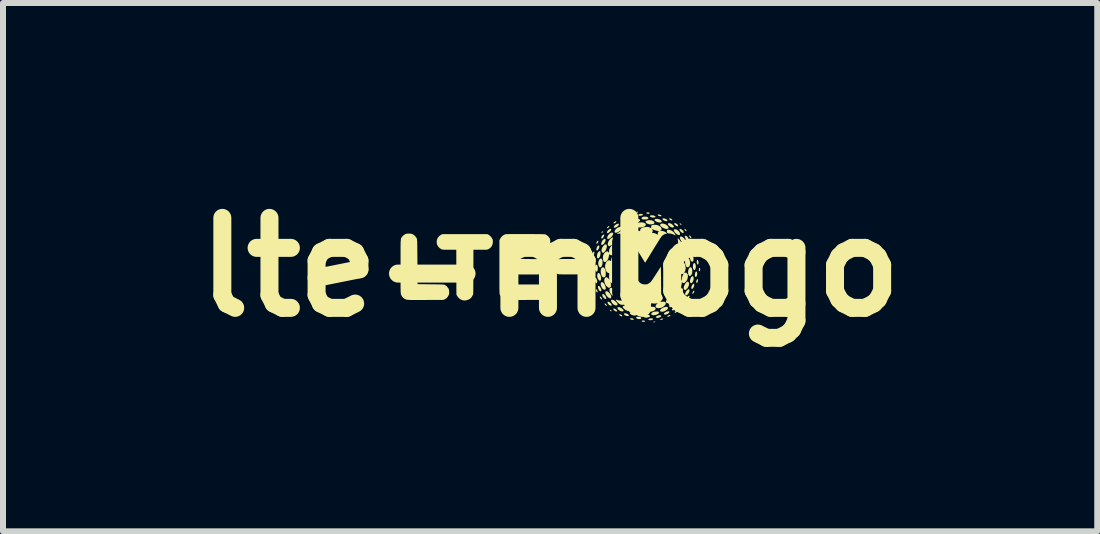
<source format=kicad_pcb>
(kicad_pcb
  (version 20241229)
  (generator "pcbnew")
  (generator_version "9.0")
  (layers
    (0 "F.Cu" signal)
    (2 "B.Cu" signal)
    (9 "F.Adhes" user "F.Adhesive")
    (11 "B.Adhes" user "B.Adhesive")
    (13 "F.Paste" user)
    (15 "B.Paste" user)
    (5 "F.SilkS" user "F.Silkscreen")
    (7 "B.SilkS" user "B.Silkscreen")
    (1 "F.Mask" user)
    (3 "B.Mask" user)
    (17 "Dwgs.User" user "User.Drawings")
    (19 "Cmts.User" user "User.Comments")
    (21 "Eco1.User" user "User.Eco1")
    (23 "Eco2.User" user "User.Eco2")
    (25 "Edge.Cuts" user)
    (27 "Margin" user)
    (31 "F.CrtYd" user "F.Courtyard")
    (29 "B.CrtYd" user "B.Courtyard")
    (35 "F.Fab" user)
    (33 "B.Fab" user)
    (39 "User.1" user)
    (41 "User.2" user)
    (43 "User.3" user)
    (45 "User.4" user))
  (footprint "lte-mlogo"
    (layer "F.Cu")
    (at 6.121 1.404)
    (property "Reference" "lte-mlogo" (at 0 0 0) (layer "F.SilkS") (effects (font (size 1.5 1.5) (thickness 0.3))))
    (attr board_only exclude_from_pos_files exclude_from_bom)
    (fp_poly (pts (xy 1.014 0.715) (xy 1.025 0.725) (xy 1.025 0.726) (xy 1.027 0.734) (xy 1.022 0.736) (xy 1.012 0.733) (xy 1.01 0.732) (xy 1.001 0.725) (xy 0.996 0.718) (xy 0.995 0.713) (xy 0.999 0.712)) (stroke (width 0) (type solid)) (fill yes) (layer "F.SilkS"))
    (fp_poly (pts (xy 1.467 -0.922) (xy 1.469 -0.919) (xy 1.465 -0.913) (xy 1.455 -0.909) (xy 1.444 -0.907) (xy 1.434 -0.908) (xy 1.43 -0.911) (xy 1.432 -0.916) (xy 1.437 -0.92) (xy 1.448 -0.924) (xy 1.459 -0.925)) (stroke (width 0) (type solid)) (fill yes) (layer "F.SilkS"))
    (fp_poly (pts (xy 2.177 -0.726) (xy 2.187 -0.715) (xy 2.191 -0.708) (xy 2.192 -0.704) (xy 2.187 -0.703) (xy 2.178 -0.707) (xy 2.17 -0.712) (xy 2.16 -0.721) (xy 2.159 -0.727) (xy 2.165 -0.73) (xy 2.166 -0.73)) (stroke (width 0) (type solid)) (fill yes) (layer "F.SilkS"))
    (fp_poly (pts (xy 0.676 0.131) (xy 0.681 0.14) (xy 0.683 0.151) (xy 0.681 0.16) (xy 0.677 0.165) (xy 0.672 0.163) (xy 0.672 0.162) (xy 0.668 0.155) (xy 0.667 0.145) (xy 0.667 0.134) (xy 0.669 0.128) (xy 0.671 0.127)) (stroke (width 0) (type solid)) (fill yes) (layer "F.SilkS"))
    (fp_poly (pts (xy 0.883 -0.597) (xy 0.883 -0.592) (xy 0.879 -0.585) (xy 0.873 -0.576) (xy 0.864 -0.571) (xy 0.857 -0.569) (xy 0.855 -0.571) (xy 0.856 -0.577) (xy 0.861 -0.586) (xy 0.869 -0.594) (xy 0.876 -0.598) (xy 0.878 -0.598)) (stroke (width 0) (type solid)) (fill yes) (layer "F.SilkS"))
    (fp_poly (pts (xy 1.348 -0.879) (xy 1.346 -0.873) (xy 1.341 -0.868) (xy 1.332 -0.864) (xy 1.32 -0.862) (xy 1.309 -0.861) (xy 1.302 -0.863) (xy 1.301 -0.865) (xy 1.305 -0.873) (xy 1.316 -0.879) (xy 1.33 -0.882) (xy 1.342 -0.883)) (stroke (width 0) (type solid)) (fill yes) (layer "F.SilkS"))
    (fp_poly (pts (xy 1.754 0.91) (xy 1.753 0.912) (xy 1.748 0.916) (xy 1.737 0.919) (xy 1.734 0.919) (xy 1.723 0.92) (xy 1.719 0.917) (xy 1.719 0.915) (xy 1.725 0.911) (xy 1.735 0.908) (xy 1.738 0.907) (xy 1.75 0.907)) (stroke (width 0) (type solid)) (fill yes) (layer "F.SilkS"))
    (fp_poly (pts (xy 1.883 0.858) (xy 1.885 0.862) (xy 1.879 0.869) (xy 1.869 0.875) (xy 1.857 0.878) (xy 1.846 0.879) (xy 1.838 0.877) (xy 1.836 0.873) (xy 1.84 0.867) (xy 1.85 0.861) (xy 1.864 0.857) (xy 1.873 0.857)) (stroke (width 0) (type solid)) (fill yes) (layer "F.SilkS"))
    (fp_poly (pts (xy 2.323 0.568) (xy 2.323 0.572) (xy 2.319 0.58) (xy 2.31 0.592) (xy 2.299 0.598) (xy 2.296 0.598) (xy 2.294 0.595) (xy 2.294 0.592) (xy 2.297 0.583) (xy 2.306 0.573) (xy 2.315 0.567) (xy 2.319 0.567)) (stroke (width 0) (type solid)) (fill yes) (layer "F.SilkS"))
    (fp_poly (pts (xy 0.692 -0.061) (xy 0.697 -0.052) (xy 0.698 -0.041) (xy 0.697 -0.025) (xy 0.693 -0.013) (xy 0.688 -0.006) (xy 0.683 -0.005) (xy 0.678 -0.012) (xy 0.676 -0.023) (xy 0.676 -0.038) (xy 0.677 -0.051) (xy 0.68 -0.058) (xy 0.686 -0.064)) (stroke (width 0) (type solid)) (fill yes) (layer "F.SilkS"))
    (fp_poly (pts (xy 0.984 -0.687) (xy 0.988 -0.68) (xy 0.984 -0.67) (xy 0.974 -0.66) (xy 0.962 -0.651) (xy 0.952 -0.649) (xy 0.948 -0.652) (xy 0.947 -0.655) (xy 0.951 -0.661) (xy 0.958 -0.67) (xy 0.968 -0.679) (xy 0.977 -0.685) (xy 0.984 -0.687)) (stroke (width 0) (type solid)) (fill yes) (layer "F.SilkS"))
    (fp_poly (pts (xy 2.121 0.727) (xy 2.124 0.733) (xy 2.119 0.742) (xy 2.108 0.751) (xy 2.106 0.752) (xy 2.091 0.76) (xy 2.081 0.761) (xy 2.076 0.757) (xy 2.076 0.755) (xy 2.08 0.746) (xy 2.089 0.736) (xy 2.102 0.729) (xy 2.114 0.726)) (stroke (width 0) (type solid)) (fill yes) (layer "F.SilkS"))
    (fp_poly (pts (xy 2.251 -0.636) (xy 2.261 -0.628) (xy 2.27 -0.618) (xy 2.275 -0.609) (xy 2.276 -0.607) (xy 2.273 -0.6) (xy 2.267 -0.599) (xy 2.257 -0.606) (xy 2.251 -0.612) (xy 2.243 -0.624) (xy 2.24 -0.634) (xy 2.241 -0.639) (xy 2.244 -0.639)) (stroke (width 0) (type solid)) (fill yes) (layer "F.SilkS"))
    (fp_poly (pts (xy 2.458 -0.287) (xy 2.464 -0.279) (xy 2.468 -0.268) (xy 2.471 -0.256) (xy 2.471 -0.255) (xy 2.469 -0.244) (xy 2.465 -0.241) (xy 2.458 -0.247) (xy 2.455 -0.25) (xy 2.45 -0.261) (xy 2.448 -0.274) (xy 2.45 -0.284) (xy 2.452 -0.288)) (stroke (width 0) (type solid)) (fill yes) (layer "F.SilkS"))
    (fp_poly (pts (xy 2.495 0.014) (xy 2.498 0.018) (xy 2.502 0.031) (xy 2.502 0.045) (xy 2.498 0.058) (xy 2.492 0.066) (xy 2.486 0.068) (xy 2.482 0.066) (xy 2.48 0.057) (xy 2.48 0.044) (xy 2.481 0.027) (xy 2.485 0.016) (xy 2.489 0.011)) (stroke (width 0) (type solid)) (fill yes) (layer "F.SilkS"))
    (fp_poly (pts (xy 0.717 0.248) (xy 0.723 0.255) (xy 0.728 0.267) (xy 0.73 0.279) (xy 0.73 0.28) (xy 0.728 0.291) (xy 0.724 0.294) (xy 0.717 0.289) (xy 0.717 0.288) (xy 0.712 0.279) (xy 0.709 0.267) (xy 0.708 0.256) (xy 0.71 0.248) (xy 0.711 0.248)) (stroke (width 0) (type solid)) (fill yes) (layer "F.SilkS"))
    (fp_poly (pts (xy 0.735 -0.26) (xy 0.738 -0.252) (xy 0.739 -0.244) (xy 0.737 -0.231) (xy 0.733 -0.217) (xy 0.727 -0.205) (xy 0.722 -0.198) (xy 0.716 -0.198) (xy 0.712 -0.201) (xy 0.708 -0.21) (xy 0.709 -0.225) (xy 0.714 -0.239) (xy 0.722 -0.254) (xy 0.729 -0.261)) (stroke (width 0) (type solid)) (fill yes) (layer "F.SilkS"))
    (fp_poly (pts (xy 0.773 0.371) (xy 0.781 0.381) (xy 0.788 0.393) (xy 0.792 0.405) (xy 0.793 0.417) (xy 0.79 0.421) (xy 0.782 0.419) (xy 0.781 0.419) (xy 0.774 0.413) (xy 0.768 0.403) (xy 0.764 0.39) (xy 0.761 0.379) (xy 0.762 0.37) (xy 0.765 0.367)) (stroke (width 0) (type solid)) (fill yes) (layer "F.SilkS"))
    (fp_poly (pts (xy 0.803 -0.438) (xy 0.804 -0.429) (xy 0.801 -0.417) (xy 0.794 -0.405) (xy 0.793 -0.403) (xy 0.784 -0.393) (xy 0.776 -0.39) (xy 0.772 -0.394) (xy 0.771 -0.401) (xy 0.773 -0.411) (xy 0.779 -0.424) (xy 0.787 -0.435) (xy 0.795 -0.441) (xy 0.798 -0.442)) (stroke (width 0) (type solid)) (fill yes) (layer "F.SilkS"))
    (fp_poly (pts (xy 0.842 0.493) (xy 0.853 0.503) (xy 0.861 0.516) (xy 0.866 0.529) (xy 0.866 0.532) (xy 0.863 0.539) (xy 0.857 0.537) (xy 0.845 0.529) (xy 0.843 0.526) (xy 0.836 0.517) (xy 0.831 0.506) (xy 0.829 0.496) (xy 0.83 0.49) (xy 0.832 0.49)) (stroke (width 0) (type solid)) (fill yes) (layer "F.SilkS"))
    (fp_poly (pts (xy 0.917 0.606) (xy 0.925 0.613) (xy 0.935 0.621) (xy 0.943 0.63) (xy 0.947 0.638) (xy 0.947 0.639) (xy 0.944 0.644) (xy 0.937 0.643) (xy 0.927 0.638) (xy 0.918 0.63) (xy 0.91 0.618) (xy 0.907 0.611) (xy 0.91 0.606) (xy 0.911 0.605)) (stroke (width 0) (type solid)) (fill yes) (layer "F.SilkS"))
    (fp_poly (pts (xy 1.103 -0.762) (xy 1.105 -0.757) (xy 1.1 -0.749) (xy 1.094 -0.743) (xy 1.082 -0.735) (xy 1.07 -0.73) (xy 1.061 -0.73) (xy 1.056 -0.735) (xy 1.056 -0.736) (xy 1.06 -0.744) (xy 1.069 -0.753) (xy 1.081 -0.76) (xy 1.089 -0.764) (xy 1.099 -0.764)) (stroke (width 0) (type solid)) (fill yes) (layer "F.SilkS"))
    (fp_poly (pts (xy 1.223 -0.832) (xy 1.225 -0.83) (xy 1.227 -0.823) (xy 1.222 -0.816) (xy 1.211 -0.809) (xy 1.197 -0.804) (xy 1.193 -0.804) (xy 1.181 -0.803) (xy 1.175 -0.805) (xy 1.174 -0.806) (xy 1.178 -0.814) (xy 1.188 -0.822) (xy 1.2 -0.828) (xy 1.213 -0.832)) (stroke (width 0) (type solid)) (fill yes) (layer "F.SilkS"))
    (fp_poly (pts (xy 1.642 -0.912) (xy 1.655 -0.908) (xy 1.66 -0.904) (xy 1.661 -0.898) (xy 1.655 -0.893) (xy 1.645 -0.89) (xy 1.632 -0.89) (xy 1.619 -0.892) (xy 1.615 -0.893) (xy 1.605 -0.899) (xy 1.603 -0.905) (xy 1.61 -0.911) (xy 1.612 -0.911) (xy 1.626 -0.914)) (stroke (width 0) (type solid)) (fill yes) (layer "F.SilkS"))
    (fp_poly (pts (xy 1.826 -0.876) (xy 1.839 -0.871) (xy 1.85 -0.865) (xy 1.856 -0.858) (xy 1.856 -0.852) (xy 1.849 -0.848) (xy 1.837 -0.848) (xy 1.822 -0.851) (xy 1.809 -0.856) (xy 1.796 -0.864) (xy 1.792 -0.871) (xy 1.796 -0.876) (xy 1.799 -0.877) (xy 1.812 -0.878)) (stroke (width 0) (type solid)) (fill yes) (layer "F.SilkS"))
    (fp_poly (pts (xy 1.997 -0.814) (xy 2.01 -0.81) (xy 2.023 -0.804) (xy 2.033 -0.796) (xy 2.036 -0.793) (xy 2.038 -0.784) (xy 2.033 -0.78) (xy 2.022 -0.781) (xy 2.007 -0.786) (xy 2.005 -0.787) (xy 1.992 -0.795) (xy 1.985 -0.804) (xy 1.984 -0.811) (xy 1.988 -0.814)) (stroke (width 0) (type solid)) (fill yes) (layer "F.SilkS"))
    (fp_poly (pts (xy 2.007 0.801) (xy 2.007 0.803) (xy 2.001 0.811) (xy 1.991 0.819) (xy 1.978 0.825) (xy 1.966 0.828) (xy 1.958 0.827) (xy 1.957 0.826) (xy 1.954 0.82) (xy 1.959 0.814) (xy 1.969 0.807) (xy 1.98 0.801) (xy 1.993 0.798) (xy 2.002 0.798)) (stroke (width 0) (type solid)) (fill yes) (layer "F.SilkS"))
    (fp_poly (pts (xy 2.23 0.648) (xy 2.23 0.65) (xy 2.227 0.659) (xy 2.22 0.669) (xy 2.21 0.677) (xy 2.201 0.682) (xy 2.193 0.681) (xy 2.192 0.68) (xy 2.192 0.672) (xy 2.198 0.662) (xy 2.208 0.653) (xy 2.212 0.651) (xy 2.223 0.645) (xy 2.229 0.644)) (stroke (width 0) (type solid)) (fill yes) (layer "F.SilkS"))
    (fp_poly (pts (xy 2.33 -0.527) (xy 2.34 -0.518) (xy 2.348 -0.507) (xy 2.354 -0.495) (xy 2.356 -0.487) (xy 2.355 -0.485) (xy 2.35 -0.481) (xy 2.344 -0.483) (xy 2.335 -0.492) (xy 2.331 -0.497) (xy 2.321 -0.509) (xy 2.317 -0.52) (xy 2.318 -0.528) (xy 2.323 -0.53)) (stroke (width 0) (type solid)) (fill yes) (layer "F.SilkS"))
    (fp_poly (pts (xy 2.403 -0.409) (xy 2.41 -0.4) (xy 2.412 -0.398) (xy 2.419 -0.383) (xy 2.421 -0.372) (xy 2.418 -0.365) (xy 2.412 -0.363) (xy 2.403 -0.369) (xy 2.398 -0.375) (xy 2.392 -0.386) (xy 2.389 -0.398) (xy 2.39 -0.408) (xy 2.395 -0.412) (xy 2.396 -0.413)) (stroke (width 0) (type solid)) (fill yes) (layer "F.SilkS"))
    (fp_poly (pts (xy 2.403 0.393) (xy 2.404 0.4) (xy 2.402 0.411) (xy 2.397 0.424) (xy 2.39 0.435) (xy 2.384 0.44) (xy 2.375 0.444) (xy 2.372 0.442) (xy 2.372 0.432) (xy 2.372 0.428) (xy 2.377 0.415) (xy 2.383 0.403) (xy 2.392 0.395) (xy 2.399 0.391)) (stroke (width 0) (type solid)) (fill yes) (layer "F.SilkS"))
    (fp_poly (pts (xy 2.464 0.203) (xy 2.466 0.213) (xy 2.465 0.227) (xy 2.461 0.243) (xy 2.46 0.247) (xy 2.453 0.259) (xy 2.445 0.263) (xy 2.439 0.259) (xy 2.437 0.254) (xy 2.436 0.242) (xy 2.439 0.227) (xy 2.444 0.213) (xy 2.452 0.203) (xy 2.459 0.199)) (stroke (width 0) (type solid)) (fill yes) (layer "F.SilkS"))
    (fp_poly (pts (xy 1.171 0.787) (xy 1.183 0.792) (xy 1.194 0.798) (xy 1.199 0.802) (xy 1.204 0.811) (xy 1.202 0.818) (xy 1.195 0.821) (xy 1.188 0.819) (xy 1.177 0.814) (xy 1.174 0.813) (xy 1.162 0.804) (xy 1.154 0.796) (xy 1.151 0.788) (xy 1.153 0.786) (xy 1.159 0.785)) (stroke (width 0) (type solid)) (fill yes) (layer "F.SilkS"))
    (fp_poly (pts (xy 1.568 0.891) (xy 1.578 0.895) (xy 1.585 0.899) (xy 1.585 0.904) (xy 1.582 0.907) (xy 1.572 0.91) (xy 1.558 0.911) (xy 1.543 0.91) (xy 1.532 0.907) (xy 1.528 0.905) (xy 1.526 0.899) (xy 1.531 0.894) (xy 1.533 0.893) (xy 1.543 0.89) (xy 1.555 0.889)) (stroke (width 0) (type solid)) (fill yes) (layer "F.SilkS"))
    (fp_poly (pts (xy 2.324 0.479) (xy 2.326 0.485) (xy 2.323 0.498) (xy 2.316 0.511) (xy 2.307 0.523) (xy 2.297 0.533) (xy 2.287 0.538) (xy 2.279 0.539) (xy 2.274 0.534) (xy 2.275 0.524) (xy 2.28 0.511) (xy 2.288 0.497) (xy 2.296 0.487) (xy 2.307 0.479) (xy 2.317 0.476)) (stroke (width 0) (type solid)) (fill yes) (layer "F.SilkS"))
    (fp_poly (pts (xy 0.715 0.051) (xy 0.724 0.057) (xy 0.731 0.07) (xy 0.734 0.087) (xy 0.734 0.094) (xy 0.733 0.112) (xy 0.729 0.124) (xy 0.722 0.128) (xy 0.714 0.123) (xy 0.712 0.121) (xy 0.707 0.11) (xy 0.704 0.096) (xy 0.703 0.081) (xy 0.705 0.067) (xy 0.708 0.056) (xy 0.713 0.051)) (stroke (width 0) (type solid)) (fill yes) (layer "F.SilkS"))
    (fp_poly (pts (xy 0.756 -0.155) (xy 0.761 -0.143) (xy 0.761 -0.123) (xy 0.76 -0.112) (xy 0.756 -0.093) (xy 0.75 -0.079) (xy 0.743 -0.07) (xy 0.735 -0.069) (xy 0.728 -0.074) (xy 0.725 -0.08) (xy 0.722 -0.096) (xy 0.723 -0.115) (xy 0.726 -0.134) (xy 0.732 -0.148) (xy 0.74 -0.156) (xy 0.748 -0.159)) (stroke (width 0) (type solid)) (fill yes) (layer "F.SilkS"))
    (fp_poly (pts (xy 1.075 0.692) (xy 1.091 0.7) (xy 1.105 0.71) (xy 1.115 0.722) (xy 1.12 0.733) (xy 1.12 0.733) (xy 1.116 0.737) (xy 1.107 0.739) (xy 1.095 0.737) (xy 1.086 0.734) (xy 1.072 0.724) (xy 1.061 0.713) (xy 1.054 0.703) (xy 1.052 0.695) (xy 1.056 0.69) (xy 1.061 0.689)) (stroke (width 0) (type solid)) (fill yes) (layer "F.SilkS"))
    (fp_poly (pts (xy 1.355 0.851) (xy 1.37 0.853) (xy 1.384 0.858) (xy 1.393 0.865) (xy 1.395 0.872) (xy 1.395 0.872) (xy 1.389 0.876) (xy 1.378 0.878) (xy 1.364 0.877) (xy 1.35 0.874) (xy 1.347 0.873) (xy 1.336 0.866) (xy 1.334 0.858) (xy 1.334 0.858) (xy 1.337 0.853) (xy 1.345 0.851)) (stroke (width 0) (type solid)) (fill yes) (layer "F.SilkS"))
    (fp_poly (pts (xy 1.706 0.856) (xy 1.712 0.859) (xy 1.717 0.864) (xy 1.717 0.868) (xy 1.71 0.875) (xy 1.698 0.881) (xy 1.681 0.884) (xy 1.663 0.884) (xy 1.648 0.881) (xy 1.644 0.879) (xy 1.637 0.873) (xy 1.639 0.866) (xy 1.65 0.86) (xy 1.652 0.859) (xy 1.671 0.854) (xy 1.69 0.853)) (stroke (width 0) (type solid)) (fill yes) (layer "F.SilkS"))
    (fp_poly (pts (xy 1.848 0.804) (xy 1.853 0.81) (xy 1.852 0.818) (xy 1.851 0.82) (xy 1.84 0.831) (xy 1.823 0.839) (xy 1.803 0.845) (xy 1.784 0.846) (xy 1.773 0.843) (xy 1.765 0.837) (xy 1.765 0.829) (xy 1.774 0.82) (xy 1.787 0.812) (xy 1.805 0.805) (xy 1.822 0.802) (xy 1.837 0.802)) (stroke (width 0) (type solid)) (fill yes) (layer "F.SilkS"))
    (fp_poly (pts (xy 2.095 -0.731) (xy 2.109 -0.724) (xy 2.122 -0.713) (xy 2.131 -0.701) (xy 2.134 -0.691) (xy 2.134 -0.687) (xy 2.129 -0.681) (xy 2.122 -0.681) (xy 2.109 -0.686) (xy 2.098 -0.693) (xy 2.082 -0.705) (xy 2.072 -0.716) (xy 2.068 -0.725) (xy 2.072 -0.732) (xy 2.082 -0.734) (xy 2.082 -0.734)) (stroke (width 0) (type solid)) (fill yes) (layer "F.SilkS"))
    (fp_poly (pts (xy 2.415 -0.255) (xy 2.423 -0.245) (xy 2.43 -0.23) (xy 2.435 -0.214) (xy 2.437 -0.196) (xy 2.435 -0.183) (xy 2.429 -0.172) (xy 2.422 -0.169) (xy 2.413 -0.175) (xy 2.407 -0.182) (xy 2.396 -0.208) (xy 2.394 -0.237) (xy 2.394 -0.241) (xy 2.397 -0.252) (xy 2.403 -0.257) (xy 2.406 -0.258)) (stroke (width 0) (type solid)) (fill yes) (layer "F.SilkS"))
    (fp_poly (pts (xy 2.46 -0.12) (xy 2.467 -0.11) (xy 2.468 -0.109) (xy 2.473 -0.095) (xy 2.475 -0.08) (xy 2.474 -0.066) (xy 2.471 -0.053) (xy 2.467 -0.045) (xy 2.46 -0.043) (xy 2.458 -0.044) (xy 2.451 -0.054) (xy 2.446 -0.068) (xy 2.444 -0.086) (xy 2.445 -0.102) (xy 2.448 -0.114) (xy 2.454 -0.121)) (stroke (width 0) (type solid)) (fill yes) (layer "F.SilkS"))
    (fp_poly (pts (xy 0.761 0.178) (xy 0.769 0.187) (xy 0.777 0.202) (xy 0.783 0.221) (xy 0.784 0.223) (xy 0.786 0.24) (xy 0.784 0.254) (xy 0.78 0.264) (xy 0.773 0.268) (xy 0.766 0.265) (xy 0.763 0.262) (xy 0.753 0.246) (xy 0.747 0.228) (xy 0.743 0.209) (xy 0.742 0.192) (xy 0.745 0.182) (xy 0.752 0.176)) (stroke (width 0) (type solid)) (fill yes) (layer "F.SilkS"))
    (fp_poly (pts (xy 0.817 -0.359) (xy 0.82 -0.349) (xy 0.821 -0.344) (xy 0.819 -0.329) (xy 0.813 -0.313) (xy 0.806 -0.299) (xy 0.797 -0.287) (xy 0.788 -0.279) (xy 0.78 -0.277) (xy 0.774 -0.282) (xy 0.773 -0.284) (xy 0.771 -0.297) (xy 0.774 -0.314) (xy 0.782 -0.334) (xy 0.791 -0.35) (xy 0.801 -0.359) (xy 0.81 -0.363)) (stroke (width 0) (type solid)) (fill yes) (layer "F.SilkS"))
    (fp_poly (pts (xy 0.82 0.317) (xy 0.83 0.327) (xy 0.84 0.342) (xy 0.849 0.359) (xy 0.854 0.375) (xy 0.855 0.389) (xy 0.852 0.397) (xy 0.843 0.403) (xy 0.833 0.4) (xy 0.822 0.392) (xy 0.808 0.371) (xy 0.799 0.346) (xy 0.798 0.331) (xy 0.798 0.319) (xy 0.801 0.314) (xy 0.808 0.313) (xy 0.809 0.313)) (stroke (width 0) (type solid)) (fill yes) (layer "F.SilkS"))
    (fp_poly (pts (xy 0.894 0.453) (xy 0.903 0.458) (xy 0.912 0.467) (xy 0.921 0.481) (xy 0.93 0.496) (xy 0.935 0.51) (xy 0.937 0.521) (xy 0.937 0.523) (xy 0.931 0.529) (xy 0.92 0.53) (xy 0.907 0.524) (xy 0.898 0.516) (xy 0.88 0.494) (xy 0.871 0.471) (xy 0.87 0.454) (xy 0.874 0.45) (xy 0.883 0.449)) (stroke (width 0) (type solid)) (fill yes) (layer "F.SilkS"))
    (fp_poly (pts (xy 0.901 -0.541) (xy 0.902 -0.532) (xy 0.899 -0.52) (xy 0.893 -0.507) (xy 0.885 -0.494) (xy 0.875 -0.483) (xy 0.874 -0.483) (xy 0.863 -0.477) (xy 0.857 -0.478) (xy 0.854 -0.483) (xy 0.853 -0.496) (xy 0.86 -0.512) (xy 0.872 -0.529) (xy 0.872 -0.529) (xy 0.883 -0.538) (xy 0.892 -0.543) (xy 0.895 -0.544)) (stroke (width 0) (type solid)) (fill yes) (layer "F.SilkS"))
    (fp_poly (pts (xy 1.26 0.77) (xy 1.276 0.775) (xy 1.292 0.782) (xy 1.304 0.791) (xy 1.312 0.8) (xy 1.313 0.809) (xy 1.313 0.809) (xy 1.307 0.814) (xy 1.294 0.816) (xy 1.279 0.814) (xy 1.262 0.809) (xy 1.257 0.806) (xy 1.241 0.796) (xy 1.232 0.787) (xy 1.231 0.778) (xy 1.235 0.772) (xy 1.246 0.769)) (stroke (width 0) (type solid)) (fill yes) (layer "F.SilkS"))
    (fp_poly (pts (xy 1.281 -0.791) (xy 1.285 -0.783) (xy 1.283 -0.775) (xy 1.275 -0.766) (xy 1.261 -0.757) (xy 1.245 -0.749) (xy 1.227 -0.743) (xy 1.212 -0.739) (xy 1.2 -0.739) (xy 1.196 -0.742) (xy 1.192 -0.75) (xy 1.196 -0.761) (xy 1.206 -0.772) (xy 1.22 -0.782) (xy 1.238 -0.791) (xy 1.256 -0.796) (xy 1.271 -0.796)) (stroke (width 0) (type solid)) (fill yes) (layer "F.SilkS"))
    (fp_poly (pts (xy 1.411 -0.846) (xy 1.419 -0.841) (xy 1.42 -0.833) (xy 1.419 -0.83) (xy 1.411 -0.822) (xy 1.397 -0.815) (xy 1.381 -0.81) (xy 1.363 -0.807) (xy 1.347 -0.807) (xy 1.335 -0.809) (xy 1.33 -0.814) (xy 1.331 -0.823) (xy 1.339 -0.832) (xy 1.352 -0.841) (xy 1.367 -0.846) (xy 1.384 -0.849) (xy 1.399 -0.849)) (stroke (width 0) (type solid)) (fill yes) (layer "F.SilkS"))
    (fp_poly (pts (xy 1.487 0.828) (xy 1.504 0.833) (xy 1.517 0.84) (xy 1.52 0.845) (xy 1.522 0.853) (xy 1.516 0.859) (xy 1.505 0.864) (xy 1.49 0.866) (xy 1.473 0.865) (xy 1.456 0.861) (xy 1.452 0.859) (xy 1.439 0.851) (xy 1.434 0.842) (xy 1.437 0.834) (xy 1.439 0.831) (xy 1.452 0.827) (xy 1.468 0.826)) (stroke (width 0) (type solid)) (fill yes) (layer "F.SilkS"))
    (fp_poly (pts (xy 1.526 -0.888) (xy 1.538 -0.884) (xy 1.546 -0.879) (xy 1.548 -0.872) (xy 1.544 -0.867) (xy 1.536 -0.863) (xy 1.522 -0.86) (xy 1.506 -0.858) (xy 1.49 -0.857) (xy 1.477 -0.859) (xy 1.474 -0.86) (xy 1.469 -0.865) (xy 1.471 -0.873) (xy 1.48 -0.881) (xy 1.482 -0.882) (xy 1.496 -0.887) (xy 1.512 -0.889)) (stroke (width 0) (type solid)) (fill yes) (layer "F.SilkS"))
    (fp_poly (pts (xy 1.914 -0.81) (xy 1.917 -0.809) (xy 1.934 -0.802) (xy 1.948 -0.792) (xy 1.956 -0.782) (xy 1.957 -0.773) (xy 1.957 -0.773) (xy 1.95 -0.768) (xy 1.938 -0.766) (xy 1.922 -0.769) (xy 1.904 -0.775) (xy 1.897 -0.779) (xy 1.881 -0.79) (xy 1.873 -0.8) (xy 1.873 -0.808) (xy 1.88 -0.813) (xy 1.894 -0.814)) (stroke (width 0) (type solid)) (fill yes) (layer "F.SilkS"))
    (fp_poly (pts (xy 2.227 0.566) (xy 2.23 0.575) (xy 2.226 0.588) (xy 2.217 0.603) (xy 2.206 0.615) (xy 2.191 0.627) (xy 2.177 0.634) (xy 2.166 0.635) (xy 2.16 0.629) (xy 2.16 0.628) (xy 2.16 0.618) (xy 2.166 0.606) (xy 2.176 0.593) (xy 2.188 0.58) (xy 2.201 0.571) (xy 2.214 0.565) (xy 2.224 0.564)) (stroke (width 0) (type solid)) (fill yes) (layer "F.SilkS"))
    (fp_poly (pts (xy 2.352 -0.388) (xy 2.364 -0.377) (xy 2.374 -0.361) (xy 2.381 -0.342) (xy 2.382 -0.337) (xy 2.383 -0.32) (xy 2.38 -0.309) (xy 2.372 -0.304) (xy 2.362 -0.307) (xy 2.354 -0.314) (xy 2.344 -0.328) (xy 2.336 -0.344) (xy 2.329 -0.361) (xy 2.326 -0.376) (xy 2.327 -0.387) (xy 2.33 -0.392) (xy 2.34 -0.394)) (stroke (width 0) (type solid)) (fill yes) (layer "F.SilkS"))
    (fp_poly (pts (xy 2.398 0.279) (xy 2.402 0.286) (xy 2.403 0.299) (xy 2.4 0.315) (xy 2.394 0.332) (xy 2.387 0.347) (xy 2.381 0.355) (xy 2.371 0.361) (xy 2.362 0.362) (xy 2.355 0.355) (xy 2.355 0.354) (xy 2.354 0.341) (xy 2.357 0.326) (xy 2.364 0.31) (xy 2.372 0.295) (xy 2.381 0.284) (xy 2.391 0.278)) (stroke (width 0) (type solid)) (fill yes) (layer "F.SilkS"))
    (fp_poly (pts (xy 2.445 0.076) (xy 2.45 0.086) (xy 2.452 0.105) (xy 2.452 0.115) (xy 2.449 0.135) (xy 2.443 0.15) (xy 2.436 0.16) (xy 2.429 0.164) (xy 2.421 0.16) (xy 2.416 0.151) (xy 2.413 0.137) (xy 2.414 0.121) (xy 2.417 0.104) (xy 2.422 0.088) (xy 2.429 0.077) (xy 2.436 0.073) (xy 2.436 0.073)) (stroke (width 0) (type solid)) (fill yes) (layer "F.SilkS"))
    (fp_poly (pts (xy 0.979 0.579) (xy 0.993 0.587) (xy 1.007 0.599) (xy 1.019 0.612) (xy 1.026 0.625) (xy 1.028 0.636) (xy 1.027 0.637) (xy 1.021 0.643) (xy 1.01 0.643) (xy 0.995 0.638) (xy 0.99 0.634) (xy 0.977 0.624) (xy 0.966 0.611) (xy 0.96 0.598) (xy 0.957 0.587) (xy 0.959 0.579) (xy 0.967 0.576) (xy 0.967 0.576)) (stroke (width 0) (type solid)) (fill yes) (layer "F.SilkS"))
    (fp_poly (pts (xy 1.013 -0.638) (xy 1.016 -0.636) (xy 1.019 -0.628) (xy 1.015 -0.616) (xy 1.007 -0.603) (xy 0.995 -0.59) (xy 0.982 -0.578) (xy 0.969 -0.57) (xy 0.957 -0.567) (xy 0.957 -0.567) (xy 0.951 -0.57) (xy 0.949 -0.574) (xy 0.949 -0.585) (xy 0.954 -0.598) (xy 0.964 -0.611) (xy 0.976 -0.623) (xy 0.99 -0.633) (xy 1.002 -0.638)) (stroke (width 0) (type solid)) (fill yes) (layer "F.SilkS"))
    (fp_poly (pts (xy 1.146 -0.723) (xy 1.147 -0.716) (xy 1.147 -0.715) (xy 1.143 -0.701) (xy 1.132 -0.686) (xy 1.116 -0.673) (xy 1.105 -0.667) (xy 1.086 -0.659) (xy 1.072 -0.658) (xy 1.064 -0.662) (xy 1.063 -0.664) (xy 1.063 -0.675) (xy 1.07 -0.687) (xy 1.082 -0.7) (xy 1.098 -0.712) (xy 1.117 -0.72) (xy 1.131 -0.724) (xy 1.141 -0.725)) (stroke (width 0) (type solid)) (fill yes) (layer "F.SilkS"))
    (fp_poly (pts (xy 1.718 -0.864) (xy 1.733 -0.859) (xy 1.746 -0.853) (xy 1.755 -0.846) (xy 1.758 -0.839) (xy 1.755 -0.833) (xy 1.747 -0.829) (xy 1.734 -0.827) (xy 1.718 -0.827) (xy 1.703 -0.827) (xy 1.695 -0.829) (xy 1.677 -0.837) (xy 1.666 -0.845) (xy 1.664 -0.853) (xy 1.67 -0.86) (xy 1.672 -0.861) (xy 1.685 -0.865) (xy 1.701 -0.866)) (stroke (width 0) (type solid)) (fill yes) (layer "F.SilkS"))
    (fp_poly (pts (xy 2.11 0.654) (xy 2.116 0.66) (xy 2.116 0.67) (xy 2.11 0.682) (xy 2.1 0.694) (xy 2.085 0.705) (xy 2.075 0.711) (xy 2.056 0.719) (xy 2.042 0.72) (xy 2.033 0.717) (xy 2.033 0.716) (xy 2.032 0.706) (xy 2.038 0.695) (xy 2.048 0.683) (xy 2.062 0.671) (xy 2.077 0.661) (xy 2.092 0.655) (xy 2.106 0.653)) (stroke (width 0) (type solid)) (fill yes) (layer "F.SilkS"))
    (fp_poly (pts (xy 2.173 -0.637) (xy 2.186 -0.632) (xy 2.2 -0.623) (xy 2.212 -0.613) (xy 2.217 -0.608) (xy 2.224 -0.595) (xy 2.227 -0.582) (xy 2.227 -0.581) (xy 2.225 -0.571) (xy 2.218 -0.568) (xy 2.206 -0.571) (xy 2.191 -0.58) (xy 2.176 -0.593) (xy 2.166 -0.606) (xy 2.159 -0.619) (xy 2.158 -0.63) (xy 2.163 -0.637) (xy 2.164 -0.637)) (stroke (width 0) (type solid)) (fill yes) (layer "F.SilkS"))
    (fp_poly (pts (xy 2.412 -0.066) (xy 2.419 -0.058) (xy 2.423 -0.05) (xy 2.428 -0.031) (xy 2.43 -0.011) (xy 2.429 0.008) (xy 2.425 0.024) (xy 2.419 0.038) (xy 2.411 0.046) (xy 2.403 0.047) (xy 2.397 0.044) (xy 2.387 0.031) (xy 2.382 0.011) (xy 2.38 -0.012) (xy 2.382 -0.035) (xy 2.387 -0.053) (xy 2.395 -0.065) (xy 2.404 -0.068)) (stroke (width 0) (type solid)) (fill yes) (layer "F.SilkS"))
    (fp_poly (pts (xy 0.92 -0.47) (xy 0.925 -0.462) (xy 0.925 -0.449) (xy 0.922 -0.434) (xy 0.914 -0.417) (xy 0.903 -0.399) (xy 0.896 -0.391) (xy 0.88 -0.376) (xy 0.868 -0.37) (xy 0.858 -0.373) (xy 0.856 -0.375) (xy 0.852 -0.386) (xy 0.854 -0.401) (xy 0.86 -0.419) (xy 0.869 -0.437) (xy 0.88 -0.453) (xy 0.894 -0.465) (xy 0.897 -0.467) (xy 0.911 -0.472)) (stroke (width 0) (type solid)) (fill yes) (layer "F.SilkS"))
    (fp_poly (pts (xy 1.392 0.751) (xy 1.413 0.757) (xy 1.426 0.763) (xy 1.439 0.773) (xy 1.445 0.783) (xy 1.444 0.792) (xy 1.436 0.8) (xy 1.424 0.805) (xy 1.408 0.807) (xy 1.389 0.805) (xy 1.372 0.8) (xy 1.352 0.791) (xy 1.337 0.781) (xy 1.328 0.77) (xy 1.327 0.76) (xy 1.328 0.758) (xy 1.337 0.751) (xy 1.352 0.748) (xy 1.371 0.748)) (stroke (width 0) (type solid)) (fill yes) (layer "F.SilkS"))
    (fp_poly (pts (xy 1.631 0.792) (xy 1.648 0.797) (xy 1.66 0.804) (xy 1.666 0.812) (xy 1.665 0.819) (xy 1.658 0.827) (xy 1.644 0.834) (xy 1.625 0.839) (xy 1.606 0.842) (xy 1.587 0.841) (xy 1.576 0.839) (xy 1.559 0.831) (xy 1.551 0.821) (xy 1.55 0.816) (xy 1.553 0.807) (xy 1.561 0.801) (xy 1.577 0.796) (xy 1.59 0.793) (xy 1.611 0.791)) (stroke (width 0) (type solid)) (fill yes) (layer "F.SilkS"))
    (fp_poly (pts (xy 1.807 -0.802) (xy 1.828 -0.794) (xy 1.845 -0.785) (xy 1.857 -0.773) (xy 1.862 -0.764) (xy 1.861 -0.759) (xy 1.856 -0.752) (xy 1.844 -0.745) (xy 1.826 -0.744) (xy 1.803 -0.747) (xy 1.787 -0.752) (xy 1.769 -0.76) (xy 1.754 -0.77) (xy 1.744 -0.78) (xy 1.741 -0.787) (xy 1.744 -0.794) (xy 1.752 -0.801) (xy 1.767 -0.805) (xy 1.786 -0.805)) (stroke (width 0) (type solid)) (fill yes) (layer "F.SilkS"))
    (fp_poly (pts (xy 1.982 0.736) (xy 1.988 0.74) (xy 1.988 0.741) (xy 1.988 0.751) (xy 1.981 0.762) (xy 1.968 0.773) (xy 1.953 0.782) (xy 1.936 0.789) (xy 1.92 0.792) (xy 1.907 0.79) (xy 1.903 0.788) (xy 1.898 0.782) (xy 1.899 0.775) (xy 1.901 0.771) (xy 1.909 0.761) (xy 1.922 0.751) (xy 1.938 0.743) (xy 1.955 0.738) (xy 1.97 0.735)) (stroke (width 0) (type solid)) (fill yes) (layer "F.SilkS"))
    (fp_poly (pts (xy 2.27 -0.52) (xy 2.282 -0.512) (xy 2.294 -0.499) (xy 2.304 -0.484) (xy 2.31 -0.467) (xy 2.312 -0.454) (xy 2.309 -0.443) (xy 2.302 -0.439) (xy 2.291 -0.442) (xy 2.278 -0.452) (xy 2.274 -0.456) (xy 2.262 -0.471) (xy 2.253 -0.487) (xy 2.25 -0.493) (xy 2.246 -0.505) (xy 2.245 -0.513) (xy 2.248 -0.518) (xy 2.249 -0.52) (xy 2.259 -0.524)) (stroke (width 0) (type solid)) (fill yes) (layer "F.SilkS"))
    (fp_poly (pts (xy 2.384 0.154) (xy 2.39 0.164) (xy 2.393 0.18) (xy 2.393 0.199) (xy 2.389 0.218) (xy 2.384 0.231) (xy 2.373 0.252) (xy 2.362 0.264) (xy 2.351 0.268) (xy 2.341 0.262) (xy 2.339 0.26) (xy 2.333 0.248) (xy 2.332 0.231) (xy 2.335 0.212) (xy 2.34 0.192) (xy 2.348 0.174) (xy 2.358 0.16) (xy 2.369 0.151) (xy 2.375 0.15)) (stroke (width 0) (type solid)) (fill yes) (layer "F.SilkS"))
    (fp_poly (pts (xy 0.782 -0.037) (xy 0.789 -0.026) (xy 0.793 -0.01) (xy 0.796 0.009) (xy 0.796 0.029) (xy 0.794 0.048) (xy 0.788 0.063) (xy 0.787 0.066) (xy 0.778 0.075) (xy 0.769 0.075) (xy 0.759 0.066) (xy 0.759 0.066) (xy 0.75 0.046) (xy 0.746 0.023) (xy 0.747 -0.001) (xy 0.748 -0.008) (xy 0.753 -0.026) (xy 0.759 -0.036) (xy 0.768 -0.04) (xy 0.773 -0.041)) (stroke (width 0) (type solid)) (fill yes) (layer "F.SilkS"))
    (fp_poly (pts (xy 0.814 0.098) (xy 0.824 0.106) (xy 0.833 0.118) (xy 0.841 0.135) (xy 0.847 0.155) (xy 0.85 0.178) (xy 0.85 0.184) (xy 0.848 0.206) (xy 0.843 0.22) (xy 0.835 0.226) (xy 0.824 0.225) (xy 0.811 0.215) (xy 0.811 0.214) (xy 0.797 0.193) (xy 0.788 0.168) (xy 0.785 0.142) (xy 0.788 0.118) (xy 0.789 0.116) (xy 0.796 0.103) (xy 0.804 0.097)) (stroke (width 0) (type solid)) (fill yes) (layer "F.SilkS"))
    (fp_poly (pts (xy 1.034 0.396) (xy 1.034 0.422) (xy 1.036 0.444) (xy 1.039 0.46) (xy 1.04 0.464) (xy 1.044 0.474) (xy 1.045 0.48) (xy 1.045 0.481) (xy 1.041 0.478) (xy 1.033 0.47) (xy 1.027 0.464) (xy 1.011 0.444) (xy 0.999 0.423) (xy 0.992 0.402) (xy 0.989 0.382) (xy 0.991 0.366) (xy 0.998 0.353) (xy 1.009 0.346) (xy 1.018 0.345) (xy 1.034 0.345)) (stroke (width 0) (type solid)) (fill yes) (layer "F.SilkS"))
    (fp_poly (pts (xy 1.045 -0.573) (xy 1.051 -0.564) (xy 1.05 -0.55) (xy 1.042 -0.531) (xy 1.037 -0.523) (xy 1.023 -0.505) (xy 1.006 -0.49) (xy 0.99 -0.478) (xy 0.974 -0.472) (xy 0.961 -0.471) (xy 0.955 -0.474) (xy 0.951 -0.484) (xy 0.953 -0.498) (xy 0.959 -0.515) (xy 0.969 -0.533) (xy 0.982 -0.549) (xy 0.984 -0.552) (xy 1.004 -0.567) (xy 1.021 -0.575) (xy 1.035 -0.577)) (stroke (width 0) (type solid)) (fill yes) (layer "F.SilkS"))
    (fp_poly (pts (xy 1.157 0.668) (xy 1.171 0.673) (xy 1.185 0.68) (xy 1.2 0.691) (xy 1.213 0.704) (xy 1.222 0.715) (xy 1.225 0.721) (xy 1.224 0.73) (xy 1.216 0.736) (xy 1.202 0.738) (xy 1.185 0.735) (xy 1.182 0.734) (xy 1.164 0.727) (xy 1.147 0.716) (xy 1.134 0.703) (xy 1.125 0.689) (xy 1.122 0.677) (xy 1.122 0.674) (xy 1.129 0.668) (xy 1.141 0.666)) (stroke (width 0) (type solid)) (fill yes) (layer "F.SilkS"))
    (fp_poly (pts (xy 1.485 -0.8) (xy 1.496 -0.792) (xy 1.5 -0.782) (xy 1.496 -0.771) (xy 1.485 -0.76) (xy 1.465 -0.751) (xy 1.46 -0.749) (xy 1.436 -0.744) (xy 1.412 -0.741) (xy 1.393 -0.743) (xy 1.389 -0.744) (xy 1.376 -0.75) (xy 1.37 -0.759) (xy 1.372 -0.769) (xy 1.38 -0.779) (xy 1.393 -0.788) (xy 1.411 -0.797) (xy 1.432 -0.802) (xy 1.444 -0.804) (xy 1.468 -0.805)) (stroke (width 0) (type solid)) (fill yes) (layer "F.SilkS"))
    (fp_poly (pts (xy 1.601 -0.841) (xy 1.619 -0.837) (xy 1.632 -0.829) (xy 1.639 -0.821) (xy 1.639 -0.812) (xy 1.638 -0.811) (xy 1.629 -0.803) (xy 1.614 -0.798) (xy 1.595 -0.795) (xy 1.574 -0.794) (xy 1.554 -0.795) (xy 1.538 -0.799) (xy 1.535 -0.801) (xy 1.526 -0.809) (xy 1.524 -0.818) (xy 1.529 -0.827) (xy 1.54 -0.835) (xy 1.556 -0.84) (xy 1.576 -0.843) (xy 1.58 -0.843)) (stroke (width 0) (type solid)) (fill yes) (layer "F.SilkS"))
    (fp_poly (pts (xy 2.363 -0.213) (xy 2.373 -0.202) (xy 2.382 -0.185) (xy 2.388 -0.166) (xy 2.391 -0.144) (xy 2.391 -0.123) (xy 2.387 -0.105) (xy 2.384 -0.099) (xy 2.376 -0.092) (xy 2.365 -0.091) (xy 2.354 -0.097) (xy 2.351 -0.099) (xy 2.342 -0.114) (xy 2.335 -0.135) (xy 2.33 -0.159) (xy 2.329 -0.175) (xy 2.33 -0.196) (xy 2.334 -0.21) (xy 2.342 -0.216) (xy 2.351 -0.218)) (stroke (width 0) (type solid)) (fill yes) (layer "F.SilkS"))
    (fp_poly (pts (xy 0.835 -0.264) (xy 0.835 -0.264) (xy 0.839 -0.254) (xy 0.841 -0.239) (xy 0.84 -0.22) (xy 0.837 -0.2) (xy 0.831 -0.181) (xy 0.83 -0.178) (xy 0.819 -0.159) (xy 0.809 -0.148) (xy 0.798 -0.146) (xy 0.789 -0.152) (xy 0.788 -0.153) (xy 0.783 -0.164) (xy 0.782 -0.181) (xy 0.783 -0.201) (xy 0.787 -0.221) (xy 0.793 -0.236) (xy 0.804 -0.251) (xy 0.816 -0.262) (xy 0.827 -0.267)) (stroke (width 0) (type solid)) (fill yes) (layer "F.SilkS"))
    (fp_poly (pts (xy 0.861 -0.136) (xy 0.867 -0.127) (xy 0.873 -0.109) (xy 0.875 -0.086) (xy 0.873 -0.061) (xy 0.869 -0.038) (xy 0.861 -0.018) (xy 0.85 -0.004) (xy 0.839 0.004) (xy 0.828 0.004) (xy 0.821 -0.001) (xy 0.812 -0.017) (xy 0.806 -0.037) (xy 0.802 -0.057) (xy 0.802 -0.06) (xy 0.804 -0.084) (xy 0.81 -0.105) (xy 0.818 -0.122) (xy 0.828 -0.135) (xy 0.839 -0.142) (xy 0.851 -0.143)) (stroke (width 0) (type solid)) (fill yes) (layer "F.SilkS"))
    (fp_poly (pts (xy 0.878 0.253) (xy 0.892 0.265) (xy 0.893 0.266) (xy 0.906 0.283) (xy 0.916 0.303) (xy 0.924 0.324) (xy 0.928 0.343) (xy 0.929 0.359) (xy 0.925 0.369) (xy 0.915 0.375) (xy 0.901 0.375) (xy 0.886 0.369) (xy 0.882 0.366) (xy 0.871 0.354) (xy 0.86 0.337) (xy 0.851 0.317) (xy 0.845 0.297) (xy 0.843 0.284) (xy 0.846 0.265) (xy 0.853 0.253) (xy 0.864 0.249)) (stroke (width 0) (type solid)) (fill yes) (layer "F.SilkS"))
    (fp_poly (pts (xy 1.191 -0.669) (xy 1.196 -0.66) (xy 1.197 -0.657) (xy 1.193 -0.642) (xy 1.183 -0.625) (xy 1.169 -0.61) (xy 1.151 -0.596) (xy 1.132 -0.584) (xy 1.113 -0.576) (xy 1.096 -0.573) (xy 1.083 -0.576) (xy 1.082 -0.577) (xy 1.075 -0.587) (xy 1.076 -0.6) (xy 1.082 -0.615) (xy 1.093 -0.631) (xy 1.108 -0.645) (xy 1.121 -0.655) (xy 1.143 -0.665) (xy 1.163 -0.671) (xy 1.179 -0.673)) (stroke (width 0) (type solid)) (fill yes) (layer "F.SilkS"))
    (fp_poly (pts (xy 1.529 0.714) (xy 1.551 0.718) (xy 1.57 0.725) (xy 1.584 0.734) (xy 1.593 0.744) (xy 1.595 0.754) (xy 1.589 0.765) (xy 1.576 0.774) (xy 1.558 0.78) (xy 1.537 0.783) (xy 1.515 0.783) (xy 1.494 0.779) (xy 1.482 0.775) (xy 1.461 0.763) (xy 1.449 0.752) (xy 1.445 0.741) (xy 1.45 0.731) (xy 1.464 0.721) (xy 1.465 0.721) (xy 1.485 0.715) (xy 1.507 0.713)) (stroke (width 0) (type solid)) (fill yes) (layer "F.SilkS"))
    (fp_poly (pts (xy 1.994 -0.733) (xy 2.01 -0.728) (xy 2.027 -0.719) (xy 2.043 -0.706) (xy 2.045 -0.704) (xy 2.055 -0.693) (xy 2.062 -0.683) (xy 2.064 -0.68) (xy 2.064 -0.669) (xy 2.057 -0.663) (xy 2.045 -0.661) (xy 2.028 -0.663) (xy 2.022 -0.665) (xy 2.007 -0.673) (xy 1.991 -0.684) (xy 1.977 -0.697) (xy 1.968 -0.709) (xy 1.964 -0.72) (xy 1.964 -0.722) (xy 1.969 -0.73) (xy 1.979 -0.734)) (stroke (width 0) (type solid)) (fill yes) (layer "F.SilkS"))
    (fp_poly (pts (xy 2.084 -0.632) (xy 2.104 -0.628) (xy 2.123 -0.618) (xy 2.141 -0.603) (xy 2.155 -0.586) (xy 2.164 -0.568) (xy 2.166 -0.553) (xy 2.164 -0.542) (xy 2.159 -0.537) (xy 2.153 -0.536) (xy 2.141 -0.537) (xy 2.128 -0.541) (xy 2.109 -0.552) (xy 2.092 -0.567) (xy 2.077 -0.584) (xy 2.067 -0.601) (xy 2.063 -0.617) (xy 2.063 -0.62) (xy 2.065 -0.628) (xy 2.07 -0.631) (xy 2.08 -0.632)) (stroke (width 0) (type solid)) (fill yes) (layer "F.SilkS"))
    (fp_poly (pts (xy 2.194 -0.508) (xy 2.21 -0.5) (xy 2.226 -0.488) (xy 2.24 -0.472) (xy 2.248 -0.458) (xy 2.257 -0.437) (xy 2.261 -0.418) (xy 2.259 -0.404) (xy 2.254 -0.394) (xy 2.244 -0.39) (xy 2.23 -0.394) (xy 2.228 -0.395) (xy 2.211 -0.407) (xy 2.195 -0.423) (xy 2.182 -0.442) (xy 2.171 -0.461) (xy 2.165 -0.479) (xy 2.163 -0.494) (xy 2.167 -0.505) (xy 2.169 -0.508) (xy 2.18 -0.511)) (stroke (width 0) (type solid)) (fill yes) (layer "F.SilkS"))
    (fp_poly (pts (xy 2.32 0.373) (xy 2.321 0.374) (xy 2.324 0.385) (xy 2.323 0.4) (xy 2.317 0.417) (xy 2.308 0.435) (xy 2.297 0.451) (xy 2.284 0.462) (xy 2.28 0.465) (xy 2.267 0.47) (xy 2.26 0.47) (xy 2.254 0.465) (xy 2.253 0.463) (xy 2.251 0.45) (xy 2.254 0.433) (xy 2.262 0.414) (xy 2.274 0.396) (xy 2.289 0.38) (xy 2.29 0.379) (xy 2.303 0.37) (xy 2.312 0.368)) (stroke (width 0) (type solid)) (fill yes) (layer "F.SilkS"))
    (fp_poly (pts (xy 2.345 0.002) (xy 2.357 0.009) (xy 2.365 0.024) (xy 2.37 0.046) (xy 2.37 0.073) (xy 2.37 0.074) (xy 2.369 0.093) (xy 2.366 0.107) (xy 2.361 0.119) (xy 2.355 0.128) (xy 2.342 0.143) (xy 2.331 0.149) (xy 2.321 0.146) (xy 2.312 0.135) (xy 2.302 0.111) (xy 2.3 0.083) (xy 2.302 0.059) (xy 2.31 0.032) (xy 2.32 0.014) (xy 2.331 0.003) (xy 2.344 0.001)) (stroke (width 0) (type solid)) (fill yes) (layer "F.SilkS"))
    (fp_poly (pts (xy 0.937 -0.377) (xy 0.944 -0.367) (xy 0.947 -0.352) (xy 0.946 -0.334) (xy 0.94 -0.313) (xy 0.932 -0.291) (xy 0.92 -0.271) (xy 0.906 -0.253) (xy 0.892 -0.242) (xy 0.88 -0.24) (xy 0.869 -0.246) (xy 0.863 -0.256) (xy 0.859 -0.269) (xy 0.857 -0.281) (xy 0.859 -0.294) (xy 0.864 -0.312) (xy 0.871 -0.33) (xy 0.883 -0.347) (xy 0.897 -0.363) (xy 0.91 -0.375) (xy 0.923 -0.38) (xy 0.926 -0.381)) (stroke (width 0) (type solid)) (fill yes) (layer "F.SilkS"))
    (fp_poly (pts (xy 1.05 0.546) (xy 1.069 0.555) (xy 1.089 0.57) (xy 1.103 0.585) (xy 1.115 0.598) (xy 1.121 0.608) (xy 1.124 0.617) (xy 1.123 0.622) (xy 1.121 0.632) (xy 1.116 0.637) (xy 1.106 0.638) (xy 1.09 0.637) (xy 1.072 0.63) (xy 1.071 0.63) (xy 1.049 0.615) (xy 1.031 0.594) (xy 1.019 0.571) (xy 1.019 0.57) (xy 1.016 0.558) (xy 1.017 0.551) (xy 1.022 0.546) (xy 1.034 0.543)) (stroke (width 0) (type solid)) (fill yes) (layer "F.SilkS"))
    (fp_poly (pts (xy 1.332 -0.746) (xy 1.343 -0.74) (xy 1.349 -0.731) (xy 1.351 -0.726) (xy 1.347 -0.717) (xy 1.338 -0.706) (xy 1.324 -0.695) (xy 1.309 -0.684) (xy 1.3 -0.68) (xy 1.281 -0.674) (xy 1.262 -0.669) (xy 1.243 -0.667) (xy 1.229 -0.668) (xy 1.221 -0.671) (xy 1.215 -0.682) (xy 1.218 -0.694) (xy 1.229 -0.708) (xy 1.235 -0.714) (xy 1.253 -0.728) (xy 1.274 -0.739) (xy 1.295 -0.746) (xy 1.315 -0.748)) (stroke (width 0) (type solid)) (fill yes) (layer "F.SilkS"))
    (fp_poly (pts (xy 1.69 -0.781) (xy 1.714 -0.772) (xy 1.727 -0.763) (xy 1.738 -0.751) (xy 1.74 -0.74) (xy 1.735 -0.73) (xy 1.725 -0.721) (xy 1.709 -0.716) (xy 1.689 -0.713) (xy 1.666 -0.713) (xy 1.641 -0.718) (xy 1.64 -0.718) (xy 1.616 -0.727) (xy 1.601 -0.738) (xy 1.593 -0.751) (xy 1.592 -0.754) (xy 1.592 -0.762) (xy 1.597 -0.768) (xy 1.608 -0.774) (xy 1.61 -0.775) (xy 1.635 -0.783) (xy 1.663 -0.784)) (stroke (width 0) (type solid)) (fill yes) (layer "F.SilkS"))
    (fp_poly (pts (xy 1.718 0.661) (xy 1.74 0.666) (xy 1.754 0.674) (xy 1.76 0.685) (xy 1.758 0.699) (xy 1.756 0.704) (xy 1.741 0.721) (xy 1.719 0.733) (xy 1.69 0.74) (xy 1.668 0.742) (xy 1.642 0.742) (xy 1.624 0.74) (xy 1.615 0.737) (xy 1.6 0.727) (xy 1.593 0.714) (xy 1.592 0.7) (xy 1.601 0.686) (xy 1.602 0.685) (xy 1.621 0.673) (xy 1.647 0.665) (xy 1.679 0.661) (xy 1.689 0.66)) (stroke (width 0) (type solid)) (fill yes) (layer "F.SilkS"))
    (fp_poly (pts (xy 2.28 -0.369) (xy 2.293 -0.364) (xy 2.304 -0.354) (xy 2.315 -0.338) (xy 2.322 -0.324) (xy 2.329 -0.304) (xy 2.334 -0.284) (xy 2.335 -0.265) (xy 2.333 -0.251) (xy 2.329 -0.246) (xy 2.318 -0.24) (xy 2.305 -0.243) (xy 2.291 -0.252) (xy 2.288 -0.255) (xy 2.275 -0.272) (xy 2.265 -0.292) (xy 2.258 -0.313) (xy 2.254 -0.334) (xy 2.254 -0.351) (xy 2.259 -0.363) (xy 2.26 -0.364) (xy 2.271 -0.37)) (stroke (width 0) (type solid)) (fill yes) (layer "F.SilkS"))
    (fp_poly (pts (xy 0.952 0.403) (xy 0.967 0.411) (xy 0.982 0.425) (xy 0.996 0.441) (xy 1.008 0.459) (xy 1.017 0.478) (xy 1.02 0.496) (xy 1.02 0.497) (xy 1.017 0.51) (xy 1.011 0.519) (xy 1.004 0.521) (xy 0.998 0.519) (xy 0.986 0.515) (xy 0.98 0.512) (xy 0.964 0.501) (xy 0.949 0.485) (xy 0.936 0.467) (xy 0.927 0.449) (xy 0.921 0.431) (xy 0.921 0.416) (xy 0.926 0.405) (xy 0.927 0.404) (xy 0.938 0.4)) (stroke (width 0) (type solid)) (fill yes) (layer "F.SilkS"))
    (fp_poly (pts (xy 1.049 -0.494) (xy 1.05 -0.488) (xy 1.049 -0.486) (xy 1.041 -0.464) (xy 1.036 -0.444) (xy 1.034 -0.422) (xy 1.034 -0.41) (xy 1.034 -0.373) (xy 1.017 -0.364) (xy 0.999 -0.355) (xy 0.987 -0.351) (xy 0.978 -0.352) (xy 0.971 -0.358) (xy 0.97 -0.358) (xy 0.963 -0.372) (xy 0.961 -0.389) (xy 0.966 -0.41) (xy 0.975 -0.432) (xy 0.988 -0.453) (xy 1.005 -0.471) (xy 1.016 -0.481) (xy 1.03 -0.489) (xy 1.042 -0.494)) (stroke (width 0) (type solid)) (fill yes) (layer "F.SilkS"))
    (fp_poly (pts (xy 1.23 -0.604) (xy 1.243 -0.597) (xy 1.25 -0.585) (xy 1.25 -0.568) (xy 1.25 -0.566) (xy 1.247 -0.558) (xy 1.242 -0.556) (xy 1.232 -0.557) (xy 1.23 -0.558) (xy 1.203 -0.561) (xy 1.173 -0.561) (xy 1.144 -0.557) (xy 1.139 -0.556) (xy 1.126 -0.553) (xy 1.119 -0.553) (xy 1.118 -0.555) (xy 1.118 -0.556) (xy 1.124 -0.563) (xy 1.136 -0.573) (xy 1.152 -0.584) (xy 1.168 -0.593) (xy 1.191 -0.602) (xy 1.212 -0.606)) (stroke (width 0) (type solid)) (fill yes) (layer "F.SilkS"))
    (fp_poly (pts (xy 1.259 0.643) (xy 1.278 0.648) (xy 1.297 0.656) (xy 1.315 0.665) (xy 1.331 0.676) (xy 1.342 0.688) (xy 1.35 0.7) (xy 1.352 0.711) (xy 1.347 0.72) (xy 1.339 0.725) (xy 1.323 0.729) (xy 1.303 0.729) (xy 1.283 0.726) (xy 1.282 0.725) (xy 1.264 0.718) (xy 1.247 0.706) (xy 1.231 0.693) (xy 1.218 0.679) (xy 1.211 0.666) (xy 1.21 0.661) (xy 1.215 0.652) (xy 1.225 0.646) (xy 1.241 0.643)) (stroke (width 0) (type solid)) (fill yes) (layer "F.SilkS"))
    (fp_poly (pts (xy 1.796 0.739) (xy 1.803 0.741) (xy 1.808 0.745) (xy 1.81 0.748) (xy 1.815 0.757) (xy 1.814 0.765) (xy 1.812 0.768) (xy 1.8 0.779) (xy 1.783 0.789) (xy 1.761 0.796) (xy 1.738 0.8) (xy 1.716 0.801) (xy 1.706 0.799) (xy 1.693 0.793) (xy 1.687 0.784) (xy 1.688 0.773) (xy 1.697 0.761) (xy 1.709 0.753) (xy 1.724 0.746) (xy 1.741 0.742) (xy 1.763 0.74) (xy 1.766 0.74) (xy 1.784 0.739)) (stroke (width 0) (type solid)) (fill yes) (layer "F.SilkS"))
    (fp_poly (pts (xy 1.952 0.664) (xy 1.962 0.672) (xy 1.966 0.682) (xy 1.965 0.686) (xy 1.958 0.698) (xy 1.945 0.711) (xy 1.928 0.724) (xy 1.91 0.733) (xy 1.904 0.736) (xy 1.884 0.741) (xy 1.865 0.743) (xy 1.849 0.742) (xy 1.842 0.74) (xy 1.837 0.733) (xy 1.834 0.726) (xy 1.835 0.715) (xy 1.843 0.703) (xy 1.857 0.691) (xy 1.875 0.68) (xy 1.895 0.671) (xy 1.915 0.664) (xy 1.935 0.662) (xy 1.936 0.662)) (stroke (width 0) (type solid)) (fill yes) (layer "F.SilkS"))
    (fp_poly (pts (xy 2.095 0.571) (xy 2.102 0.58) (xy 2.103 0.592) (xy 2.099 0.606) (xy 2.089 0.622) (xy 2.076 0.637) (xy 2.059 0.65) (xy 2.042 0.66) (xy 2.027 0.664) (xy 2.011 0.666) (xy 1.998 0.666) (xy 1.989 0.663) (xy 1.988 0.662) (xy 1.986 0.654) (xy 1.987 0.643) (xy 1.988 0.641) (xy 1.994 0.627) (xy 2.006 0.612) (xy 2.022 0.598) (xy 2.04 0.585) (xy 2.059 0.576) (xy 2.077 0.57) (xy 2.091 0.57)) (stroke (width 0) (type solid)) (fill yes) (layer "F.SilkS"))
    (fp_poly (pts (xy 2.215 0.47) (xy 2.223 0.479) (xy 2.224 0.492) (xy 2.22 0.508) (xy 2.211 0.525) (xy 2.198 0.542) (xy 2.183 0.556) (xy 2.164 0.567) (xy 2.161 0.569) (xy 2.15 0.573) (xy 2.143 0.575) (xy 2.139 0.574) (xy 2.133 0.569) (xy 2.128 0.565) (xy 2.127 0.558) (xy 2.129 0.547) (xy 2.13 0.545) (xy 2.138 0.527) (xy 2.15 0.509) (xy 2.164 0.493) (xy 2.18 0.48) (xy 2.195 0.471) (xy 2.208 0.468)) (stroke (width 0) (type solid)) (fill yes) (layer "F.SilkS"))
    (fp_poly (pts (xy 2.295 -0.16) (xy 2.298 -0.158) (xy 2.312 -0.145) (xy 2.323 -0.126) (xy 2.331 -0.103) (xy 2.334 -0.078) (xy 2.334 -0.053) (xy 2.329 -0.03) (xy 2.32 -0.012) (xy 2.316 -0.008) (xy 2.302 0.002) (xy 2.289 0.003) (xy 2.277 -0.004) (xy 2.274 -0.007) (xy 2.264 -0.023) (xy 2.256 -0.045) (xy 2.251 -0.07) (xy 2.249 -0.097) (xy 2.25 -0.121) (xy 2.255 -0.141) (xy 2.256 -0.143) (xy 2.266 -0.157) (xy 2.28 -0.162)) (stroke (width 0) (type solid)) (fill yes) (layer "F.SilkS"))
    (fp_poly (pts (xy 2.303 0.244) (xy 2.311 0.255) (xy 2.316 0.269) (xy 2.316 0.278) (xy 2.314 0.299) (xy 2.307 0.32) (xy 2.297 0.34) (xy 2.285 0.357) (xy 2.272 0.37) (xy 2.259 0.378) (xy 2.247 0.38) (xy 2.236 0.375) (xy 2.234 0.373) (xy 2.229 0.36) (xy 2.228 0.341) (xy 2.232 0.32) (xy 2.241 0.297) (xy 2.245 0.29) (xy 2.256 0.272) (xy 2.269 0.257) (xy 2.282 0.246) (xy 2.293 0.24) (xy 2.295 0.24)) (stroke (width 0) (type solid)) (fill yes) (layer "F.SilkS"))
    (fp_poly (pts (xy 1.549 -0.745) (xy 1.568 -0.739) (xy 1.583 -0.73) (xy 1.593 -0.72) (xy 1.596 -0.708) (xy 1.591 -0.695) (xy 1.585 -0.687) (xy 1.57 -0.677) (xy 1.548 -0.669) (xy 1.524 -0.663) (xy 1.498 -0.661) (xy 1.473 -0.662) (xy 1.462 -0.664) (xy 1.444 -0.671) (xy 1.43 -0.682) (xy 1.424 -0.693) (xy 1.423 -0.697) (xy 1.427 -0.707) (xy 1.438 -0.718) (xy 1.452 -0.729) (xy 1.469 -0.737) (xy 1.478 -0.741) (xy 1.503 -0.746) (xy 1.527 -0.747)) (stroke (width 0) (type solid)) (fill yes) (layer "F.SilkS"))
    (fp_poly (pts (xy 2.205 0.355) (xy 2.213 0.365) (xy 2.215 0.382) (xy 2.212 0.405) (xy 2.21 0.409) (xy 2.201 0.431) (xy 2.187 0.451) (xy 2.17 0.47) (xy 2.151 0.484) (xy 2.133 0.492) (xy 2.122 0.494) (xy 2.117 0.494) (xy 2.115 0.491) (xy 2.118 0.484) (xy 2.123 0.473) (xy 2.129 0.452) (xy 2.133 0.427) (xy 2.134 0.417) (xy 2.137 0.394) (xy 2.142 0.378) (xy 2.151 0.367) (xy 2.166 0.359) (xy 2.174 0.356) (xy 2.192 0.352)) (stroke (width 0) (type solid)) (fill yes) (layer "F.SilkS"))
    (fp_poly (pts (xy 0.899 0.009) (xy 0.911 0.025) (xy 0.919 0.041) (xy 0.924 0.055) (xy 0.927 0.069) (xy 0.928 0.085) (xy 0.928 0.107) (xy 0.927 0.128) (xy 0.926 0.141) (xy 0.923 0.15) (xy 0.919 0.157) (xy 0.916 0.161) (xy 0.903 0.17) (xy 0.889 0.171) (xy 0.874 0.163) (xy 0.87 0.158) (xy 0.857 0.139) (xy 0.848 0.112) (xy 0.844 0.082) (xy 0.843 0.068) (xy 0.846 0.041) (xy 0.854 0.02) (xy 0.868 0.006) (xy 0.873 0.004) (xy 0.886 0.002)) (stroke (width 0) (type solid)) (fill yes) (layer "F.SilkS"))
    (fp_poly (pts (xy 1.89 -0.725) (xy 1.896 -0.723) (xy 1.923 -0.714) (xy 1.945 -0.7) (xy 1.962 -0.685) (xy 1.969 -0.674) (xy 1.975 -0.66) (xy 1.975 -0.652) (xy 1.971 -0.646) (xy 1.963 -0.642) (xy 1.954 -0.637) (xy 1.946 -0.636) (xy 1.936 -0.636) (xy 1.922 -0.64) (xy 1.916 -0.642) (xy 1.896 -0.649) (xy 1.876 -0.66) (xy 1.857 -0.673) (xy 1.843 -0.686) (xy 1.838 -0.694) (xy 1.834 -0.704) (xy 1.834 -0.71) (xy 1.838 -0.716) (xy 1.851 -0.725) (xy 1.868 -0.728)) (stroke (width 0) (type solid)) (fill yes) (layer "F.SilkS"))
    (fp_poly (pts (xy 2.069 0.54) (xy 2.067 0.544) (xy 2.054 0.56) (xy 2.035 0.575) (xy 2.012 0.588) (xy 1.988 0.597) (xy 1.965 0.601) (xy 1.951 0.6) (xy 1.938 0.594) (xy 1.933 0.583) (xy 1.932 0.568) (xy 1.934 0.557) (xy 1.937 0.552) (xy 1.944 0.552) (xy 1.945 0.552) (xy 1.955 0.553) (xy 1.971 0.554) (xy 1.989 0.554) (xy 1.992 0.554) (xy 2.014 0.554) (xy 2.031 0.552) (xy 2.045 0.548) (xy 2.05 0.545) (xy 2.063 0.54) (xy 2.068 0.538)) (stroke (width 0) (type solid)) (fill yes) (layer "F.SilkS"))
    (fp_poly (pts (xy 2.133 -0.478) (xy 2.141 -0.472) (xy 2.151 -0.462) (xy 2.161 -0.45) (xy 2.171 -0.436) (xy 2.18 -0.423) (xy 2.181 -0.419) (xy 2.191 -0.394) (xy 2.194 -0.372) (xy 2.191 -0.354) (xy 2.185 -0.345) (xy 2.176 -0.338) (xy 2.165 -0.336) (xy 2.149 -0.34) (xy 2.144 -0.341) (xy 2.141 -0.344) (xy 2.139 -0.35) (xy 2.137 -0.36) (xy 2.136 -0.376) (xy 2.135 -0.399) (xy 2.133 -0.422) (xy 2.131 -0.443) (xy 2.129 -0.459) (xy 2.127 -0.468) (xy 2.125 -0.477) (xy 2.127 -0.48)) (stroke (width 0) (type solid)) (fill yes) (layer "F.SilkS"))
    (fp_poly (pts (xy 1.103 0.542) (xy 1.113 0.545) (xy 1.127 0.549) (xy 1.148 0.555) (xy 1.168 0.557) (xy 1.184 0.556) (xy 1.201 0.555) (xy 1.211 0.556) (xy 1.218 0.559) (xy 1.223 0.564) (xy 1.231 0.575) (xy 1.239 0.589) (xy 1.24 0.591) (xy 1.244 0.602) (xy 1.244 0.609) (xy 1.239 0.616) (xy 1.236 0.619) (xy 1.22 0.628) (xy 1.2 0.629) (xy 1.183 0.626) (xy 1.16 0.616) (xy 1.14 0.602) (xy 1.124 0.586) (xy 1.111 0.571) (xy 1.101 0.557) (xy 1.097 0.547) (xy 1.098 0.542)) (stroke (width 0) (type solid)) (fill yes) (layer "F.SilkS"))
    (fp_poly (pts (xy 1.977 -0.625) (xy 1.982 -0.624) (xy 2.009 -0.617) (xy 2.035 -0.604) (xy 2.058 -0.586) (xy 2.065 -0.578) (xy 2.075 -0.565) (xy 2.082 -0.551) (xy 2.088 -0.539) (xy 2.09 -0.53) (xy 2.089 -0.528) (xy 2.085 -0.53) (xy 2.076 -0.535) (xy 2.072 -0.538) (xy 2.053 -0.547) (xy 2.029 -0.555) (xy 2.003 -0.56) (xy 1.98 -0.562) (xy 1.967 -0.563) (xy 1.959 -0.566) (xy 1.953 -0.573) (xy 1.952 -0.576) (xy 1.946 -0.592) (xy 1.947 -0.606) (xy 1.952 -0.616) (xy 1.958 -0.622) (xy 1.965 -0.625)) (stroke (width 0) (type solid)) (fill yes) (layer "F.SilkS"))
    (fp_poly (pts (xy 1.033 -0.284) (xy 1.034 -0.199) (xy 1.021 -0.199) (xy 1.007 -0.202) (xy 0.995 -0.209) (xy 0.988 -0.218) (xy 0.988 -0.221) (xy 0.987 -0.221) (xy 0.985 -0.212) (xy 0.983 -0.198) (xy 0.981 -0.189) (xy 0.975 -0.159) (xy 0.966 -0.135) (xy 0.961 -0.124) (xy 0.948 -0.105) (xy 0.936 -0.093) (xy 0.923 -0.087) (xy 0.913 -0.086) (xy 0.902 -0.087) (xy 0.895 -0.093) (xy 0.889 -0.104) (xy 0.882 -0.126) (xy 0.88 -0.152) (xy 0.882 -0.181) (xy 0.886 -0.199) (xy 0.896 -0.22) (xy 0.909 -0.239) (xy 0.924 -0.253) (xy 0.94 -0.261) (xy 0.949 -0.263) (xy 0.961 -0.261) (xy 0.97 -0.254) (xy 0.973 -0.25) (xy 0.981 -0.236) (xy 0.982 -0.26) (xy 0.985 -0.286) (xy 0.994 -0.313) (xy 1.007 -0.337) (xy 1.018 -0.353) (xy 1.033 -0.369)) (stroke (width 0) (type solid)) (fill yes) (layer "F.SilkS"))
    (fp_poly (pts (xy 0.351 -0.136) (xy 0.389 -0.136) (xy 0.419 -0.135) (xy 0.444 -0.134) (xy 0.463 -0.132) (xy 0.479 -0.129) (xy 0.491 -0.126) (xy 0.502 -0.121) (xy 0.512 -0.115) (xy 0.522 -0.108) (xy 0.522 -0.107) (xy 0.546 -0.084) (xy 0.562 -0.057) (xy 0.57 -0.026) (xy 0.57 -0.018) (xy 0.568 0.018) (xy 0.558 0.049) (xy 0.541 0.076) (xy 0.515 0.098) (xy 0.496 0.109) (xy 0.474 0.12) (xy 0.315 0.121) (xy 0.277 0.121) (xy 0.242 0.121) (xy 0.211 0.121) (xy 0.184 0.12) (xy 0.162 0.12) (xy 0.148 0.119) (xy 0.143 0.118) (xy 0.117 0.109) (xy 0.093 0.094) (xy 0.078 0.081) (xy 0.058 0.056) (xy 0.047 0.029) (xy 0.042 -0.001) (xy 0.041 -0.018) (xy 0.042 -0.032) (xy 0.046 -0.044) (xy 0.054 -0.061) (xy 0.054 -0.061) (xy 0.067 -0.084) (xy 0.083 -0.101) (xy 0.09 -0.107) (xy 0.1 -0.114) (xy 0.11 -0.12) (xy 0.121 -0.125) (xy 0.133 -0.129) (xy 0.148 -0.132) (xy 0.166 -0.134) (xy 0.19 -0.135) (xy 0.219 -0.136) (xy 0.254 -0.136) (xy 0.298 -0.136) (xy 0.306 -0.136)) (stroke (width 0) (type solid)) (fill yes) (layer "F.SilkS"))
    (fp_poly (pts (xy -1.027 -0.541) (xy -1.002 -0.523) (xy -0.98 -0.5) (xy -0.965 -0.476) (xy -0.958 -0.461) (xy -0.955 -0.445) (xy -0.954 -0.423) (xy -0.954 -0.422) (xy -0.958 -0.386) (xy -0.97 -0.355) (xy -0.989 -0.329) (xy -1.015 -0.308) (xy -1.027 -0.301) (xy -1.035 -0.298) (xy -1.042 -0.295) (xy -1.05 -0.293) (xy -1.06 -0.291) (xy -1.073 -0.291) (xy -1.09 -0.29) (xy -1.113 -0.29) (xy -1.143 -0.29) (xy -1.165 -0.29) (xy -1.278 -0.29) (xy -1.279 0.078) (xy -1.281 0.447) (xy -1.292 0.471) (xy -1.307 0.497) (xy -1.323 0.517) (xy -1.343 0.532) (xy -1.357 0.539) (xy -1.39 0.551) (xy -1.424 0.556) (xy -1.454 0.553) (xy -1.485 0.542) (xy -1.513 0.523) (xy -1.537 0.498) (xy -1.55 0.479) (xy -1.562 0.456) (xy -1.563 0.083) (xy -1.564 -0.29) (xy -1.678 -0.29) (xy -1.714 -0.29) (xy -1.742 -0.29) (xy -1.763 -0.291) (xy -1.779 -0.292) (xy -1.791 -0.293) (xy -1.8 -0.295) (xy -1.807 -0.297) (xy -1.813 -0.3) (xy -1.838 -0.315) (xy -1.86 -0.336) (xy -1.877 -0.361) (xy -1.888 -0.387) (xy -1.888 -0.389) (xy -1.891 -0.425) (xy -1.886 -0.458) (xy -1.873 -0.488) (xy -1.852 -0.515) (xy -1.825 -0.536) (xy -1.822 -0.537) (xy -1.797 -0.551) (xy -1.421 -0.551) (xy -1.045 -0.551)) (stroke (width 0) (type solid)) (fill yes) (layer "F.SilkS"))
    (fp_poly (pts (xy 1.029 -0.162) (xy 1.03 -0.158) (xy 1.031 -0.15) (xy 1.032 -0.137) (xy 1.032 -0.118) (xy 1.033 -0.093) (xy 1.033 -0.061) (xy 1.033 -0.022) (xy 1.033 0.025) (xy 1.033 0.05) (xy 1.033 0.274) (xy 1.019 0.258) (xy 1.011 0.251) (xy 1.008 0.249) (xy 1.008 0.252) (xy 1.011 0.261) (xy 1.013 0.276) (xy 1.014 0.29) (xy 1.015 0.307) (xy 1.014 0.318) (xy 1.01 0.327) (xy 1.007 0.332) (xy 0.995 0.342) (xy 0.981 0.344) (xy 0.965 0.337) (xy 0.961 0.334) (xy 0.939 0.315) (xy 0.922 0.29) (xy 0.91 0.262) (xy 0.903 0.234) (xy 0.903 0.214) (xy 0.908 0.196) (xy 0.916 0.181) (xy 0.926 0.171) (xy 0.931 0.168) (xy 0.946 0.17) (xy 0.961 0.178) (xy 0.975 0.192) (xy 0.977 0.194) (xy 0.989 0.211) (xy 0.985 0.19) (xy 0.982 0.155) (xy 0.985 0.12) (xy 0.985 0.119) (xy 0.987 0.108) (xy 0.985 0.102) (xy 0.979 0.099) (xy 0.972 0.098) (xy 0.956 0.09) (xy 0.942 0.076) (xy 0.93 0.055) (xy 0.922 0.031) (xy 0.917 0.004) (xy 0.917 -0.023) (xy 0.922 -0.05) (xy 0.924 -0.056) (xy 0.935 -0.081) (xy 0.949 -0.099) (xy 0.966 -0.111) (xy 0.969 -0.112) (xy 0.985 -0.115) (xy 0.999 -0.112) (xy 1.009 -0.103) (xy 1.013 -0.102) (xy 1.016 -0.109) (xy 1.019 -0.121) (xy 1.02 -0.134) (xy 1.022 -0.148) (xy 1.027 -0.161) (xy 1.028 -0.163)) (stroke (width 0) (type solid)) (fill yes) (layer "F.SilkS"))
    (fp_poly (pts (xy -2.332 -0.559) (xy -2.315 -0.557) (xy -2.301 -0.553) (xy -2.293 -0.55) (xy -2.269 -0.535) (xy -2.247 -0.514) (xy -2.229 -0.49) (xy -2.224 -0.481) (xy -2.223 -0.477) (xy -2.221 -0.473) (xy -2.22 -0.468) (xy -2.218 -0.462) (xy -2.218 -0.454) (xy -2.217 -0.443) (xy -2.216 -0.429) (xy -2.215 -0.411) (xy -2.215 -0.388) (xy -2.214 -0.361) (xy -2.214 -0.327) (xy -2.214 -0.288) (xy -2.213 -0.241) (xy -2.213 -0.187) (xy -2.212 -0.125) (xy -2.212 -0.088) (xy -2.21 0.283) (xy -1.99 0.286) (xy -1.94 0.286) (xy -1.898 0.287) (xy -1.863 0.287) (xy -1.835 0.288) (xy -1.813 0.288) (xy -1.795 0.289) (xy -1.782 0.29) (xy -1.773 0.291) (xy -1.765 0.292) (xy -1.76 0.294) (xy -1.755 0.296) (xy -1.752 0.298) (xy -1.731 0.312) (xy -1.712 0.332) (xy -1.696 0.353) (xy -1.693 0.358) (xy -1.688 0.372) (xy -1.684 0.392) (xy -1.683 0.409) (xy -1.682 0.428) (xy -1.683 0.443) (xy -1.687 0.456) (xy -1.692 0.468) (xy -1.706 0.494) (xy -1.723 0.514) (xy -1.744 0.529) (xy -1.753 0.534) (xy -1.779 0.546) (xy -2.074 0.547) (xy -2.135 0.547) (xy -2.187 0.547) (xy -2.232 0.547) (xy -2.27 0.547) (xy -2.301 0.547) (xy -2.327 0.547) (xy -2.347 0.546) (xy -2.363 0.545) (xy -2.375 0.544) (xy -2.385 0.543) (xy -2.391 0.542) (xy -2.393 0.542) (xy -2.425 0.529) (xy -2.452 0.509) (xy -2.473 0.482) (xy -2.484 0.461) (xy -2.486 0.457) (xy -2.487 0.453) (xy -2.488 0.448) (xy -2.489 0.442) (xy -2.49 0.433) (xy -2.491 0.422) (xy -2.491 0.407) (xy -2.492 0.389) (xy -2.492 0.366) (xy -2.493 0.339) (xy -2.493 0.306) (xy -2.493 0.267) (xy -2.493 0.222) (xy -2.493 0.169) (xy -2.493 0.109) (xy -2.493 0.041) (xy -2.493 -0.005) (xy -2.493 -0.081) (xy -2.493 -0.148) (xy -2.493 -0.207) (xy -2.493 -0.259) (xy -2.493 -0.303) (xy -2.493 -0.342) (xy -2.492 -0.375) (xy -2.492 -0.402) (xy -2.491 -0.425) (xy -2.489 -0.444) (xy -2.488 -0.459) (xy -2.486 -0.471) (xy -2.483 -0.481) (xy -2.481 -0.488) (xy -2.477 -0.494) (xy -2.474 -0.5) (xy -2.469 -0.505) (xy -2.464 -0.51) (xy -2.461 -0.514) (xy -2.446 -0.529) (xy -2.428 -0.542) (xy -2.419 -0.548) (xy -2.406 -0.554) (xy -2.394 -0.557) (xy -2.38 -0.559) (xy -2.361 -0.56) (xy -2.355 -0.56)) (stroke (width 0) (type solid)) (fill yes) (layer "F.SilkS"))
    (fp_poly (pts (xy 2.2 -0.334) (xy 2.219 -0.327) (xy 2.237 -0.313) (xy 2.252 -0.294) (xy 2.264 -0.27) (xy 2.272 -0.245) (xy 2.276 -0.22) (xy 2.274 -0.197) (xy 2.267 -0.178) (xy 2.259 -0.168) (xy 2.249 -0.164) (xy 2.242 -0.163) (xy 2.231 -0.165) (xy 2.22 -0.171) (xy 2.208 -0.182) (xy 2.19 -0.201) (xy 2.195 -0.183) (xy 2.197 -0.169) (xy 2.198 -0.15) (xy 2.197 -0.129) (xy 2.195 -0.111) (xy 2.192 -0.099) (xy 2.191 -0.093) (xy 2.196 -0.091) (xy 2.203 -0.091) (xy 2.219 -0.086) (xy 2.234 -0.074) (xy 2.246 -0.054) (xy 2.255 -0.027) (xy 2.257 -0.016) (xy 2.261 0.006) (xy 2.26 0.026) (xy 2.256 0.048) (xy 2.247 0.072) (xy 2.236 0.097) (xy 2.238 0.098) (xy 2.244 0.095) (xy 2.259 0.091) (xy 2.273 0.094) (xy 2.285 0.107) (xy 2.289 0.114) (xy 2.295 0.125) (xy 2.298 0.135) (xy 2.298 0.145) (xy 2.297 0.16) (xy 2.295 0.17) (xy 2.291 0.192) (xy 2.285 0.21) (xy 2.275 0.227) (xy 2.274 0.229) (xy 2.259 0.248) (xy 2.243 0.26) (xy 2.228 0.266) (xy 2.214 0.264) (xy 2.204 0.254) (xy 2.202 0.252) (xy 2.199 0.246) (xy 2.197 0.246) (xy 2.196 0.254) (xy 2.196 0.261) (xy 2.191 0.289) (xy 2.181 0.317) (xy 2.166 0.342) (xy 2.149 0.362) (xy 2.148 0.363) (xy 2.135 0.372) (xy 2.135 0.289) (xy 2.135 0.259) (xy 2.136 0.237) (xy 2.136 0.233) (xy 2.19 0.233) (xy 2.192 0.236) (xy 2.194 0.233) (xy 2.192 0.231) (xy 2.19 0.233) (xy 2.136 0.233) (xy 2.136 0.221) (xy 2.137 0.211) (xy 2.139 0.205) (xy 2.141 0.203) (xy 2.142 0.202) (xy 2.158 0.2) (xy 2.172 0.205) (xy 2.181 0.213) (xy 2.194 0.226) (xy 2.194 0.209) (xy 2.197 0.185) (xy 2.203 0.159) (xy 2.211 0.136) (xy 2.219 0.122) (xy 2.231 0.104) (xy 2.217 0.111) (xy 2.197 0.117) (xy 2.18 0.115) (xy 2.173 0.111) (xy 2.166 0.107) (xy 2.163 0.11) (xy 2.161 0.119) (xy 2.159 0.132) (xy 2.158 0.142) (xy 2.156 0.152) (xy 2.151 0.165) (xy 2.147 0.175) (xy 2.136 0.197) (xy 2.136 -0.037) (xy 2.136 -0.083) (xy 2.136 -0.125) (xy 2.136 -0.163) (xy 2.136 -0.198) (xy 2.137 -0.226) (xy 2.137 -0.249) (xy 2.138 -0.264) (xy 2.138 -0.271) (xy 2.138 -0.272) (xy 2.143 -0.269) (xy 2.152 -0.262) (xy 2.159 -0.255) (xy 2.176 -0.239) (xy 2.171 -0.254) (xy 2.168 -0.274) (xy 2.167 -0.294) (xy 2.169 -0.313) (xy 2.174 -0.326) (xy 2.174 -0.326) (xy 2.181 -0.333) (xy 2.189 -0.335)) (stroke (width 0) (type solid)) (fill yes) (layer "F.SilkS"))
    (fp_poly (pts (xy -0.541 -0.552) (xy -0.489 -0.552) (xy -0.429 -0.552) (xy -0.405 -0.552) (xy -0.343 -0.552) (xy -0.29 -0.552) (xy -0.244 -0.551) (xy -0.205 -0.551) (xy -0.173 -0.551) (xy -0.146 -0.55) (xy -0.125 -0.55) (xy -0.109 -0.549) (xy -0.096 -0.548) (xy -0.086 -0.547) (xy -0.079 -0.546) (xy -0.074 -0.545) (xy -0.071 -0.543) (xy -0.069 -0.543) (xy -0.042 -0.524) (xy -0.019 -0.499) (xy -0.01 -0.486) (xy -0.004 -0.474) (xy -0.000297 -0.464) (xy 0.002 -0.451) (xy 0.002 -0.433) (xy 0.002 -0.424) (xy 0.002 -0.4) (xy -0.000445 -0.384) (xy -0.004 -0.371) (xy -0.006 -0.368) (xy -0.026 -0.34) (xy -0.052 -0.318) (xy -0.065 -0.309) (xy -0.088 -0.297) (xy -0.326 -0.295) (xy -0.564 -0.292) (xy -0.564 -0.215) (xy -0.564 -0.138) (xy -0.36 -0.136) (xy -0.31 -0.135) (xy -0.267 -0.135) (xy -0.232 -0.134) (xy -0.203 -0.133) (xy -0.18 -0.132) (xy -0.162 -0.13) (xy -0.148 -0.128) (xy -0.137 -0.125) (xy -0.128 -0.121) (xy -0.12 -0.116) (xy -0.113 -0.11) (xy -0.105 -0.103) (xy -0.101 -0.099) (xy -0.08 -0.073) (xy -0.068 -0.043) (xy -0.062 -0.013) (xy -0.065 0.019) (xy -0.075 0.049) (xy -0.093 0.076) (xy -0.105 0.088) (xy -0.114 0.096) (xy -0.122 0.103) (xy -0.131 0.108) (xy -0.14 0.112) (xy -0.152 0.115) (xy -0.167 0.118) (xy -0.185 0.12) (xy -0.208 0.121) (xy -0.237 0.122) (xy -0.272 0.122) (xy -0.314 0.122) (xy -0.364 0.122) (xy -0.371 0.122) (xy -0.567 0.122) (xy -0.566 0.205) (xy -0.564 0.288) (xy -0.326 0.289) (xy -0.273 0.289) (xy -0.228 0.289) (xy -0.191 0.289) (xy -0.161 0.29) (xy -0.137 0.29) (xy -0.117 0.291) (xy -0.103 0.291) (xy -0.091 0.292) (xy -0.083 0.293) (xy -0.076 0.295) (xy -0.071 0.296) (xy -0.067 0.298) (xy -0.038 0.316) (xy -0.014 0.34) (xy 0.003 0.369) (xy 0.011 0.402) (xy 0.012 0.41) (xy 0.011 0.443) (xy 0.000445 0.473) (xy -0.017 0.5) (xy -0.042 0.523) (xy -0.063 0.536) (xy -0.084 0.546) (xy -0.401 0.547) (xy -0.454 0.547) (xy -0.505 0.547) (xy -0.553 0.547) (xy -0.597 0.547) (xy -0.636 0.546) (xy -0.67 0.546) (xy -0.697 0.546) (xy -0.718 0.545) (xy -0.731 0.545) (xy -0.735 0.544) (xy -0.766 0.534) (xy -0.795 0.515) (xy -0.819 0.49) (xy -0.836 0.463) (xy -0.837 0.459) (xy -0.839 0.456) (xy -0.84 0.451) (xy -0.841 0.446) (xy -0.842 0.438) (xy -0.843 0.429) (xy -0.843 0.416) (xy -0.844 0.4) (xy -0.844 0.38) (xy -0.845 0.355) (xy -0.845 0.326) (xy -0.845 0.29) (xy -0.845 0.249) (xy -0.845 0.2) (xy -0.845 0.144) (xy -0.845 0.081) (xy -0.845 0.009) (xy -0.845 -0.002) (xy -0.845 -0.447) (xy -0.835 -0.47) (xy -0.82 -0.494) (xy -0.8 -0.516) (xy -0.777 -0.534) (xy -0.754 -0.545) (xy -0.751 -0.546) (xy -0.745 -0.548) (xy -0.738 -0.549) (xy -0.728 -0.55) (xy -0.715 -0.551) (xy -0.699 -0.551) (xy -0.679 -0.552) (xy -0.653 -0.552) (xy -0.622 -0.552) (xy -0.585 -0.552)) (stroke (width 0) (type solid)) (fill yes) (layer "F.SilkS"))
    (fp_poly (pts (xy 1.85 0.219) (xy 1.852 0.447) (xy 1.867 0.477) (xy 1.876 0.499) (xy 1.879 0.516) (xy 1.876 0.531) (xy 1.866 0.547) (xy 1.855 0.559) (xy 1.834 0.581) (xy 1.852 0.577) (xy 1.873 0.575) (xy 1.894 0.575) (xy 1.911 0.578) (xy 1.917 0.58) (xy 1.927 0.589) (xy 1.929 0.602) (xy 1.926 0.617) (xy 1.916 0.633) (xy 1.9 0.649) (xy 1.881 0.664) (xy 1.868 0.671) (xy 1.85 0.678) (xy 1.828 0.682) (xy 1.807 0.684) (xy 1.788 0.682) (xy 1.777 0.679) (xy 1.763 0.668) (xy 1.758 0.654) (xy 1.761 0.638) (xy 1.772 0.622) (xy 1.781 0.613) (xy 1.797 0.599) (xy 1.78 0.603) (xy 1.765 0.606) (xy 1.746 0.606) (xy 1.726 0.606) (xy 1.708 0.604) (xy 1.695 0.601) (xy 1.694 0.601) (xy 1.689 0.6) (xy 1.687 0.605) (xy 1.686 0.612) (xy 1.684 0.624) (xy 1.676 0.636) (xy 1.67 0.641) (xy 1.647 0.657) (xy 1.619 0.667) (xy 1.588 0.671) (xy 1.556 0.668) (xy 1.527 0.66) (xy 1.502 0.65) (xy 1.504 0.669) (xy 1.506 0.689) (xy 1.482 0.7) (xy 1.466 0.707) (xy 1.453 0.71) (xy 1.439 0.71) (xy 1.42 0.708) (xy 1.413 0.707) (xy 1.395 0.702) (xy 1.375 0.694) (xy 1.357 0.683) (xy 1.343 0.673) (xy 1.338 0.667) (xy 1.334 0.656) (xy 1.331 0.641) (xy 1.331 0.64) (xy 1.332 0.628) (xy 1.336 0.621) (xy 1.346 0.615) (xy 1.366 0.609) (xy 1.39 0.608) (xy 1.418 0.612) (xy 1.446 0.62) (xy 1.458 0.625) (xy 1.476 0.633) (xy 1.487 0.637) (xy 1.49 0.636) (xy 1.486 0.631) (xy 1.485 0.63) (xy 1.48 0.621) (xy 1.478 0.607) (xy 1.48 0.593) (xy 1.485 0.584) (xy 1.489 0.579) (xy 1.488 0.575) (xy 1.482 0.573) (xy 1.467 0.571) (xy 1.46 0.57) (xy 1.438 0.565) (xy 1.411 0.555) (xy 1.391 0.545) (xy 1.389 0.547) (xy 1.392 0.555) (xy 1.392 0.555) (xy 1.395 0.573) (xy 1.389 0.588) (xy 1.375 0.599) (xy 1.356 0.607) (xy 1.335 0.609) (xy 1.309 0.606) (xy 1.283 0.597) (xy 1.258 0.585) (xy 1.237 0.569) (xy 1.234 0.566) (xy 1.22 0.551) (xy 1.242 0.539) (xy 1.27 0.518) (xy 1.292 0.491) (xy 1.303 0.472) (xy 1.305 0.467) (xy 1.307 0.461) (xy 1.308 0.455) (xy 1.31 0.447) (xy 1.311 0.435) (xy 1.311 0.421) (xy 1.312 0.402) (xy 1.313 0.377) (xy 1.313 0.347) (xy 1.314 0.31) (xy 1.314 0.265) (xy 1.315 0.223) (xy 1.317 -0.005) (xy 1.394 0.114) (xy 1.414 0.144) (xy 1.433 0.173) (xy 1.45 0.199) (xy 1.466 0.221) (xy 1.478 0.238) (xy 1.486 0.249) (xy 1.489 0.251) (xy 1.512 0.27) (xy 1.538 0.282) (xy 1.568 0.287) (xy 1.582 0.288) (xy 1.602 0.287) (xy 1.617 0.285) (xy 1.63 0.28) (xy 1.64 0.274) (xy 1.656 0.264) (xy 1.672 0.252) (xy 1.679 0.245) (xy 1.685 0.237) (xy 1.695 0.223) (xy 1.709 0.203) (xy 1.725 0.179) (xy 1.743 0.151) (xy 1.763 0.122) (xy 1.77 0.11) (xy 1.847 -0.009)) (stroke (width 0) (type solid)) (fill yes) (layer "F.SilkS"))
    (fp_poly (pts (xy 1.769 -0.705) (xy 1.794 -0.699) (xy 1.813 -0.691) (xy 1.837 -0.675) (xy 1.852 -0.659) (xy 1.858 -0.642) (xy 1.859 -0.637) (xy 1.857 -0.626) (xy 1.852 -0.619) (xy 1.842 -0.612) (xy 1.825 -0.603) (xy 1.839 -0.605) (xy 1.86 -0.606) (xy 1.884 -0.601) (xy 1.908 -0.592) (xy 1.924 -0.584) (xy 1.94 -0.572) (xy 1.947 -0.564) (xy 1.947 -0.559) (xy 1.937 -0.558) (xy 1.937 -0.558) (xy 1.921 -0.555) (xy 1.902 -0.547) (xy 1.883 -0.535) (xy 1.867 -0.522) (xy 1.862 -0.518) (xy 1.857 -0.511) (xy 1.848 -0.497) (xy 1.834 -0.477) (xy 1.818 -0.451) (xy 1.799 -0.421) (xy 1.778 -0.387) (xy 1.754 -0.35) (xy 1.73 -0.31) (xy 1.716 -0.288) (xy 1.692 -0.248) (xy 1.669 -0.211) (xy 1.648 -0.176) (xy 1.629 -0.146) (xy 1.613 -0.12) (xy 1.6 -0.099) (xy 1.591 -0.084) (xy 1.586 -0.075) (xy 1.585 -0.074) (xy 1.582 -0.077) (xy 1.575 -0.088) (xy 1.565 -0.105) (xy 1.551 -0.127) (xy 1.534 -0.155) (xy 1.515 -0.186) (xy 1.493 -0.221) (xy 1.47 -0.259) (xy 1.46 -0.276) (xy 1.436 -0.315) (xy 1.412 -0.353) (xy 1.39 -0.389) (xy 1.371 -0.421) (xy 1.353 -0.448) (xy 1.339 -0.471) (xy 1.328 -0.488) (xy 1.322 -0.499) (xy 1.32 -0.5) (xy 1.311 -0.516) (xy 1.308 -0.529) (xy 1.311 -0.542) (xy 1.322 -0.556) (xy 1.331 -0.566) (xy 1.341 -0.576) (xy 1.699 -0.576) (xy 1.701 -0.573) (xy 1.709 -0.571) (xy 1.722 -0.569) (xy 1.738 -0.567) (xy 1.755 -0.562) (xy 1.773 -0.553) (xy 1.796 -0.541) (xy 1.798 -0.54) (xy 1.798 -0.544) (xy 1.797 -0.553) (xy 1.796 -0.557) (xy 1.797 -0.574) (xy 1.802 -0.588) (xy 1.81 -0.597) (xy 1.817 -0.599) (xy 1.816 -0.6) (xy 1.808 -0.602) (xy 1.795 -0.604) (xy 1.787 -0.606) (xy 1.758 -0.612) (xy 1.733 -0.621) (xy 1.724 -0.625) (xy 1.712 -0.632) (xy 1.703 -0.636) (xy 1.7 -0.637) (xy 1.702 -0.633) (xy 1.706 -0.624) (xy 1.707 -0.622) (xy 1.712 -0.604) (xy 1.707 -0.588) (xy 1.702 -0.58) (xy 1.699 -0.576) (xy 1.341 -0.576) (xy 1.35 -0.585) (xy 1.336 -0.582) (xy 1.313 -0.578) (xy 1.291 -0.579) (xy 1.273 -0.583) (xy 1.259 -0.591) (xy 1.253 -0.601) (xy 1.253 -0.617) (xy 1.261 -0.633) (xy 1.275 -0.649) (xy 1.294 -0.663) (xy 1.316 -0.675) (xy 1.34 -0.683) (xy 1.364 -0.688) (xy 1.387 -0.688) (xy 1.406 -0.683) (xy 1.42 -0.673) (xy 1.427 -0.66) (xy 1.426 -0.645) (xy 1.418 -0.629) (xy 1.403 -0.615) (xy 1.401 -0.613) (xy 1.392 -0.607) (xy 1.39 -0.604) (xy 1.394 -0.604) (xy 1.396 -0.605) (xy 1.43 -0.61) (xy 1.462 -0.609) (xy 1.477 -0.606) (xy 1.501 -0.6) (xy 1.501 -0.615) (xy 1.505 -0.632) (xy 1.517 -0.646) (xy 1.537 -0.658) (xy 1.563 -0.666) (xy 1.594 -0.67) (xy 1.598 -0.67) (xy 1.619 -0.671) (xy 1.633 -0.67) (xy 1.645 -0.668) (xy 1.657 -0.663) (xy 1.662 -0.661) (xy 1.685 -0.65) (xy 1.685 -0.67) (xy 1.685 -0.684) (xy 1.688 -0.691) (xy 1.695 -0.697) (xy 1.7 -0.7) (xy 1.719 -0.705) (xy 1.743 -0.707)) (stroke (width 0) (type solid)) (fill yes) (layer "F.SilkS")))
  (gr_rect
    (start -3 -3)
    (end 15.243 5.808)
    (stroke (width 0.1) (type default))
    (fill no)
    (layer "Edge.Cuts")))
</source>
